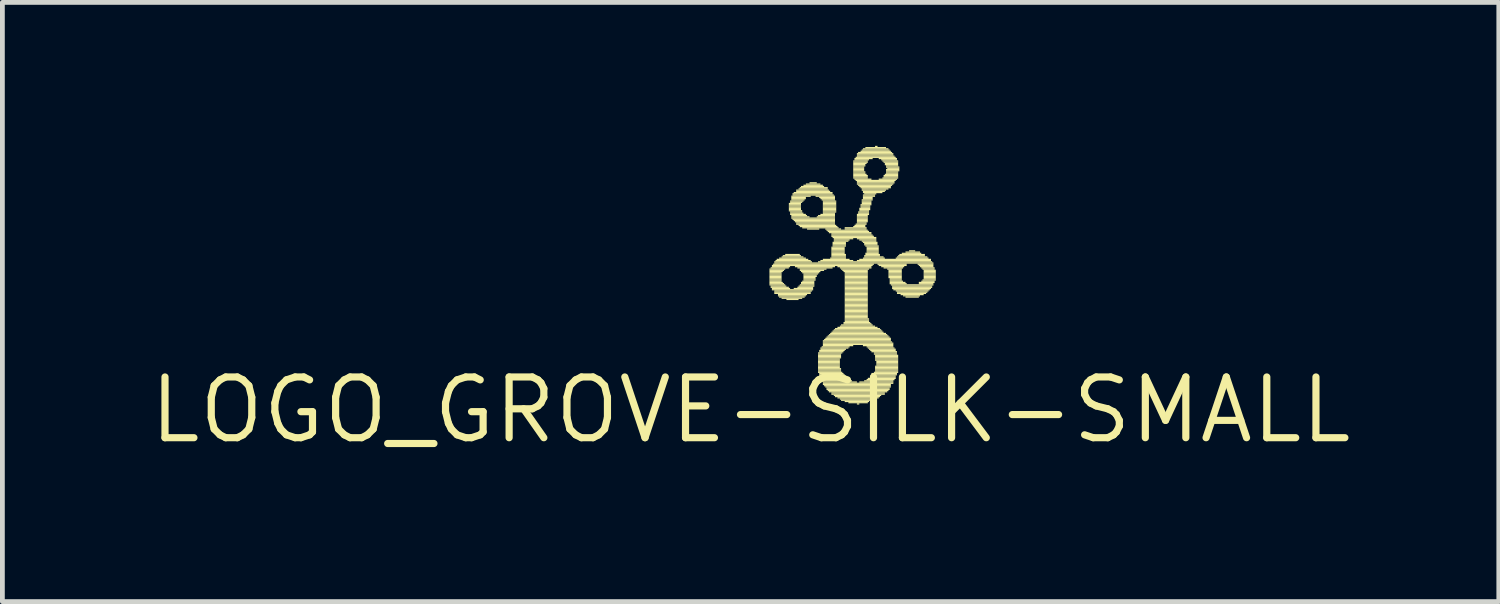
<source format=kicad_pcb>
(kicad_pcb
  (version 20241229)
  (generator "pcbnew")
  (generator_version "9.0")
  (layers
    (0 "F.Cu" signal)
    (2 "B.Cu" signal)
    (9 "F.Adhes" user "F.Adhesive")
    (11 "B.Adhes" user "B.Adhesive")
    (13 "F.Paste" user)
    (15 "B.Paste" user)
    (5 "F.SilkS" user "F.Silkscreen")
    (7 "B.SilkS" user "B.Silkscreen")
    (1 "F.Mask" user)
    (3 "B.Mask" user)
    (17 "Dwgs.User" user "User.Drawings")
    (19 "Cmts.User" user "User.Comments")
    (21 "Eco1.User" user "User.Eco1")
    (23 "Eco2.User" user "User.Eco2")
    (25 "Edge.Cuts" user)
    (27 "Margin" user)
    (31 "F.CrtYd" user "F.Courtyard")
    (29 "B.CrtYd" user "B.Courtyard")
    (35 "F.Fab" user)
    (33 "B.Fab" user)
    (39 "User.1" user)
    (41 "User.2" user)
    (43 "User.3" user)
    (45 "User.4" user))
  (footprint "LOGO_GROVE-SILK-SMALL"
    (layer "F.Cu")
    (at 12.647 5.524)
    (property "Reference" "LOGO_GROVE-SILK-SMALL" (at 0 0 0) (layer "F.SilkS") (effects (font (size 1.27 1.27) (thickness 0.15))))
    (attr through_hole)
    (fp_poly (pts (xy 0.394 -2.934) (xy 0.724 -2.934) (xy 0.724 -2.959) (xy 0.394 -2.959)) (stroke (width 0) (type solid)) (fill yes) (layer "F.SilkS"))
    (fp_poly (pts (xy 0.394 -2.908) (xy 0.699 -2.908) (xy 0.699 -2.934) (xy 0.394 -2.934)) (stroke (width 0) (type solid)) (fill yes) (layer "F.SilkS"))
    (fp_poly (pts (xy 0.394 -2.883) (xy 0.673 -2.883) (xy 0.673 -2.908) (xy 0.394 -2.908)) (stroke (width 0) (type solid)) (fill yes) (layer "F.SilkS"))
    (fp_poly (pts (xy 0.394 -2.857) (xy 0.648 -2.857) (xy 0.648 -2.883) (xy 0.394 -2.883)) (stroke (width 0) (type solid)) (fill yes) (layer "F.SilkS"))
    (fp_poly (pts (xy 0.394 -2.832) (xy 0.648 -2.832) (xy 0.648 -2.857) (xy 0.394 -2.857)) (stroke (width 0) (type solid)) (fill yes) (layer "F.SilkS"))
    (fp_poly (pts (xy 0.394 -2.807) (xy 0.648 -2.807) (xy 0.648 -2.832) (xy 0.394 -2.832)) (stroke (width 0) (type solid)) (fill yes) (layer "F.SilkS"))
    (fp_poly (pts (xy 0.394 -2.781) (xy 0.648 -2.781) (xy 0.648 -2.807) (xy 0.394 -2.807)) (stroke (width 0) (type solid)) (fill yes) (layer "F.SilkS"))
    (fp_poly (pts (xy 0.394 -2.756) (xy 0.648 -2.756) (xy 0.648 -2.781) (xy 0.394 -2.781)) (stroke (width 0) (type solid)) (fill yes) (layer "F.SilkS"))
    (fp_poly (pts (xy 0.394 -2.731) (xy 0.648 -2.731) (xy 0.648 -2.756) (xy 0.394 -2.756)) (stroke (width 0) (type solid)) (fill yes) (layer "F.SilkS"))
    (fp_poly (pts (xy 0.394 -2.705) (xy 0.648 -2.705) (xy 0.648 -2.731) (xy 0.394 -2.731)) (stroke (width 0) (type solid)) (fill yes) (layer "F.SilkS"))
    (fp_poly (pts (xy 0.394 -2.68) (xy 0.648 -2.68) (xy 0.648 -2.705) (xy 0.394 -2.705)) (stroke (width 0) (type solid)) (fill yes) (layer "F.SilkS"))
    (fp_poly (pts (xy 0.394 -2.654) (xy 0.673 -2.654) (xy 0.673 -2.68) (xy 0.394 -2.68)) (stroke (width 0) (type solid)) (fill yes) (layer "F.SilkS"))
    (fp_poly (pts (xy 0.394 -2.629) (xy 0.699 -2.629) (xy 0.699 -2.654) (xy 0.394 -2.654)) (stroke (width 0) (type solid)) (fill yes) (layer "F.SilkS"))
    (fp_poly (pts (xy 0.394 -2.603) (xy 0.724 -2.603) (xy 0.724 -2.629) (xy 0.394 -2.629)) (stroke (width 0) (type solid)) (fill yes) (layer "F.SilkS"))
    (fp_poly (pts (xy 0.419 -2.959) (xy 0.8 -2.959) (xy 0.8 -2.985) (xy 0.419 -2.985)) (stroke (width 0) (type solid)) (fill yes) (layer "F.SilkS"))
    (fp_poly (pts (xy 0.419 -2.578) (xy 0.749 -2.578) (xy 0.749 -2.603) (xy 0.419 -2.603)) (stroke (width 0) (type solid)) (fill yes) (layer "F.SilkS"))
    (fp_poly (pts (xy 0.419 -2.553) (xy 0.8 -2.553) (xy 0.8 -2.578) (xy 0.419 -2.578)) (stroke (width 0) (type solid)) (fill yes) (layer "F.SilkS"))
    (fp_poly (pts (xy 0.445 -3.01) (xy 2.553 -3.01) (xy 2.553 -3.035) (xy 0.445 -3.035)) (stroke (width 0) (type solid)) (fill yes) (layer "F.SilkS"))
    (fp_poly (pts (xy 0.445 -2.985) (xy 0.826 -2.985) (xy 0.826 -3.01) (xy 0.445 -3.01)) (stroke (width 0) (type solid)) (fill yes) (layer "F.SilkS"))
    (fp_poly (pts (xy 0.445 -2.527) (xy 0.826 -2.527) (xy 0.826 -2.553) (xy 0.445 -2.553)) (stroke (width 0) (type solid)) (fill yes) (layer "F.SilkS"))
    (fp_poly (pts (xy 0.445 -2.502) (xy 1.308 -2.502) (xy 1.308 -2.527) (xy 0.445 -2.527)) (stroke (width 0) (type solid)) (fill yes) (layer "F.SilkS"))
    (fp_poly (pts (xy 0.47 -3.035) (xy 2.578 -3.035) (xy 2.578 -3.061) (xy 0.47 -3.061)) (stroke (width 0) (type solid)) (fill yes) (layer "F.SilkS"))
    (fp_poly (pts (xy 0.495 -3.086) (xy 1.283 -3.086) (xy 1.283 -3.111) (xy 0.495 -3.111)) (stroke (width 0) (type solid)) (fill yes) (layer "F.SilkS"))
    (fp_poly (pts (xy 0.495 -3.061) (xy 3.823 -3.061) (xy 3.823 -3.086) (xy 0.495 -3.086)) (stroke (width 0) (type solid)) (fill yes) (layer "F.SilkS"))
    (fp_poly (pts (xy 0.495 -2.477) (xy 1.283 -2.477) (xy 1.283 -2.502) (xy 0.495 -2.502)) (stroke (width 0) (type solid)) (fill yes) (layer "F.SilkS"))
    (fp_poly (pts (xy 0.495 -2.451) (xy 1.257 -2.451) (xy 1.257 -2.477) (xy 0.495 -2.477)) (stroke (width 0) (type solid)) (fill yes) (layer "F.SilkS"))
    (fp_poly (pts (xy 0.495 -2.426) (xy 1.257 -2.426) (xy 1.257 -2.451) (xy 0.495 -2.451)) (stroke (width 0) (type solid)) (fill yes) (layer "F.SilkS"))
    (fp_poly (pts (xy 0.521 -3.111) (xy 1.257 -3.111) (xy 1.257 -3.137) (xy 0.521 -3.137)) (stroke (width 0) (type solid)) (fill yes) (layer "F.SilkS"))
    (fp_poly (pts (xy 0.546 -3.137) (xy 1.206 -3.137) (xy 1.206 -3.162) (xy 0.546 -3.162)) (stroke (width 0) (type solid)) (fill yes) (layer "F.SilkS"))
    (fp_poly (pts (xy 0.572 -2.4) (xy 1.181 -2.4) (xy 1.181 -2.426) (xy 0.572 -2.426)) (stroke (width 0) (type solid)) (fill yes) (layer "F.SilkS"))
    (fp_poly (pts (xy 0.572 -2.375) (xy 1.156 -2.375) (xy 1.156 -2.4) (xy 0.572 -2.4)) (stroke (width 0) (type solid)) (fill yes) (layer "F.SilkS"))
    (fp_poly (pts (xy 0.597 -3.162) (xy 1.156 -3.162) (xy 1.156 -3.188) (xy 0.597 -3.188)) (stroke (width 0) (type solid)) (fill yes) (layer "F.SilkS"))
    (fp_poly (pts (xy 0.597 -2.349) (xy 1.13 -2.349) (xy 1.13 -2.375) (xy 0.597 -2.375)) (stroke (width 0) (type solid)) (fill yes) (layer "F.SilkS"))
    (fp_poly (pts (xy 0.648 -3.188) (xy 1.105 -3.188) (xy 1.105 -3.213) (xy 0.648 -3.213)) (stroke (width 0) (type solid)) (fill yes) (layer "F.SilkS"))
    (fp_poly (pts (xy 0.648 -2.324) (xy 1.079 -2.324) (xy 1.079 -2.349) (xy 0.648 -2.349)) (stroke (width 0) (type solid)) (fill yes) (layer "F.SilkS"))
    (fp_poly (pts (xy 0.673 -3.213) (xy 1.054 -3.213) (xy 1.054 -3.239) (xy 0.673 -3.239)) (stroke (width 0) (type solid)) (fill yes) (layer "F.SilkS"))
    (fp_poly (pts (xy 0.724 -3.239) (xy 1.029 -3.239) (xy 1.029 -3.264) (xy 0.724 -3.264)) (stroke (width 0) (type solid)) (fill yes) (layer "F.SilkS"))
    (fp_poly (pts (xy 0.749 -2.299) (xy 1.003 -2.299) (xy 1.003 -2.324) (xy 0.749 -2.324)) (stroke (width 0) (type solid)) (fill yes) (layer "F.SilkS"))
    (fp_poly (pts (xy 0.8 -4.305) (xy 1.054 -4.305) (xy 1.054 -4.331) (xy 0.8 -4.331)) (stroke (width 0) (type solid)) (fill yes) (layer "F.SilkS"))
    (fp_poly (pts (xy 0.8 -4.28) (xy 1.054 -4.28) (xy 1.054 -4.305) (xy 0.8 -4.305)) (stroke (width 0) (type solid)) (fill yes) (layer "F.SilkS"))
    (fp_poly (pts (xy 0.8 -4.255) (xy 1.054 -4.255) (xy 1.054 -4.28) (xy 0.8 -4.28)) (stroke (width 0) (type solid)) (fill yes) (layer "F.SilkS"))
    (fp_poly (pts (xy 0.8 -4.229) (xy 1.054 -4.229) (xy 1.054 -4.255) (xy 0.8 -4.255)) (stroke (width 0) (type solid)) (fill yes) (layer "F.SilkS"))
    (fp_poly (pts (xy 0.8 -4.204) (xy 1.054 -4.204) (xy 1.054 -4.229) (xy 0.8 -4.229)) (stroke (width 0) (type solid)) (fill yes) (layer "F.SilkS"))
    (fp_poly (pts (xy 0.8 -4.178) (xy 1.054 -4.178) (xy 1.054 -4.204) (xy 0.8 -4.204)) (stroke (width 0) (type solid)) (fill yes) (layer "F.SilkS"))
    (fp_poly (pts (xy 0.8 -4.153) (xy 1.079 -4.153) (xy 1.079 -4.178) (xy 0.8 -4.178)) (stroke (width 0) (type solid)) (fill yes) (layer "F.SilkS"))
    (fp_poly (pts (xy 0.826 -4.356) (xy 1.105 -4.356) (xy 1.105 -4.381) (xy 0.826 -4.381)) (stroke (width 0) (type solid)) (fill yes) (layer "F.SilkS"))
    (fp_poly (pts (xy 0.826 -4.331) (xy 1.079 -4.331) (xy 1.079 -4.356) (xy 0.826 -4.356)) (stroke (width 0) (type solid)) (fill yes) (layer "F.SilkS"))
    (fp_poly (pts (xy 0.826 -4.128) (xy 1.079 -4.128) (xy 1.079 -4.153) (xy 0.826 -4.153)) (stroke (width 0) (type solid)) (fill yes) (layer "F.SilkS"))
    (fp_poly (pts (xy 0.826 -4.102) (xy 1.105 -4.102) (xy 1.105 -4.128) (xy 0.826 -4.128)) (stroke (width 0) (type solid)) (fill yes) (layer "F.SilkS"))
    (fp_poly (pts (xy 0.826 -4.077) (xy 1.156 -4.077) (xy 1.156 -4.102) (xy 0.826 -4.102)) (stroke (width 0) (type solid)) (fill yes) (layer "F.SilkS"))
    (fp_poly (pts (xy 0.851 -4.458) (xy 1.257 -4.458) (xy 1.257 -4.483) (xy 0.851 -4.483)) (stroke (width 0) (type solid)) (fill yes) (layer "F.SilkS"))
    (fp_poly (pts (xy 0.851 -4.432) (xy 1.156 -4.432) (xy 1.156 -4.458) (xy 0.851 -4.458)) (stroke (width 0) (type solid)) (fill yes) (layer "F.SilkS"))
    (fp_poly (pts (xy 0.851 -4.407) (xy 1.156 -4.407) (xy 1.156 -4.432) (xy 0.851 -4.432)) (stroke (width 0) (type solid)) (fill yes) (layer "F.SilkS"))
    (fp_poly (pts (xy 0.851 -4.381) (xy 1.13 -4.381) (xy 1.13 -4.407) (xy 0.851 -4.407)) (stroke (width 0) (type solid)) (fill yes) (layer "F.SilkS"))
    (fp_poly (pts (xy 0.851 -4.051) (xy 1.181 -4.051) (xy 1.181 -4.077) (xy 0.851 -4.077)) (stroke (width 0) (type solid)) (fill yes) (layer "F.SilkS"))
    (fp_poly (pts (xy 0.851 -4.026) (xy 1.232 -4.026) (xy 1.232 -4.051) (xy 0.851 -4.051)) (stroke (width 0) (type solid)) (fill yes) (layer "F.SilkS"))
    (fp_poly (pts (xy 0.851 -4) (xy 1.765 -4) (xy 1.765 -4.026) (xy 0.851 -4.026)) (stroke (width 0) (type solid)) (fill yes) (layer "F.SilkS"))
    (fp_poly (pts (xy 0.876 -4.508) (xy 1.714 -4.508) (xy 1.714 -4.534) (xy 0.876 -4.534)) (stroke (width 0) (type solid)) (fill yes) (layer "F.SilkS"))
    (fp_poly (pts (xy 0.876 -4.483) (xy 1.74 -4.483) (xy 1.74 -4.508) (xy 0.876 -4.508)) (stroke (width 0) (type solid)) (fill yes) (layer "F.SilkS"))
    (fp_poly (pts (xy 0.876 -3.975) (xy 1.765 -3.975) (xy 1.765 -4) (xy 0.876 -4)) (stroke (width 0) (type solid)) (fill yes) (layer "F.SilkS"))
    (fp_poly (pts (xy 0.902 -4.534) (xy 1.714 -4.534) (xy 1.714 -4.559) (xy 0.902 -4.559)) (stroke (width 0) (type solid)) (fill yes) (layer "F.SilkS"))
    (fp_poly (pts (xy 0.902 -3.95) (xy 1.765 -3.95) (xy 1.765 -3.975) (xy 0.902 -3.975)) (stroke (width 0) (type solid)) (fill yes) (layer "F.SilkS"))
    (fp_poly (pts (xy 0.902 -2.527) (xy 1.308 -2.527) (xy 1.308 -2.553) (xy 0.902 -2.553)) (stroke (width 0) (type solid)) (fill yes) (layer "F.SilkS"))
    (fp_poly (pts (xy 0.927 -3.924) (xy 1.765 -3.924) (xy 1.765 -3.95) (xy 0.927 -3.95)) (stroke (width 0) (type solid)) (fill yes) (layer "F.SilkS"))
    (fp_poly (pts (xy 0.927 -2.985) (xy 1.765 -2.985) (xy 1.765 -3.01) (xy 0.927 -3.01)) (stroke (width 0) (type solid)) (fill yes) (layer "F.SilkS"))
    (fp_poly (pts (xy 0.953 -4.585) (xy 1.638 -4.585) (xy 1.638 -4.61) (xy 0.953 -4.61)) (stroke (width 0) (type solid)) (fill yes) (layer "F.SilkS"))
    (fp_poly (pts (xy 0.953 -4.559) (xy 1.664 -4.559) (xy 1.664 -4.585) (xy 0.953 -4.585)) (stroke (width 0) (type solid)) (fill yes) (layer "F.SilkS"))
    (fp_poly (pts (xy 0.953 -3.899) (xy 1.765 -3.899) (xy 1.765 -3.924) (xy 0.953 -3.924)) (stroke (width 0) (type solid)) (fill yes) (layer "F.SilkS"))
    (fp_poly (pts (xy 0.953 -3.873) (xy 1.765 -3.873) (xy 1.765 -3.899) (xy 0.953 -3.899)) (stroke (width 0) (type solid)) (fill yes) (layer "F.SilkS"))
    (fp_poly (pts (xy 0.978 -2.959) (xy 1.714 -2.959) (xy 1.714 -2.985) (xy 0.978 -2.985)) (stroke (width 0) (type solid)) (fill yes) (layer "F.SilkS"))
    (fp_poly (pts (xy 0.978 -2.553) (xy 1.308 -2.553) (xy 1.308 -2.578) (xy 0.978 -2.578)) (stroke (width 0) (type solid)) (fill yes) (layer "F.SilkS"))
    (fp_poly (pts (xy 1.003 -4.61) (xy 1.613 -4.61) (xy 1.613 -4.636) (xy 1.003 -4.636)) (stroke (width 0) (type solid)) (fill yes) (layer "F.SilkS"))
    (fp_poly (pts (xy 1.003 -3.848) (xy 1.791 -3.848) (xy 1.791 -3.873) (xy 1.003 -3.873)) (stroke (width 0) (type solid)) (fill yes) (layer "F.SilkS"))
    (fp_poly (pts (xy 1.003 -2.578) (xy 1.333 -2.578) (xy 1.333 -2.603) (xy 1.003 -2.603)) (stroke (width 0) (type solid)) (fill yes) (layer "F.SilkS"))
    (fp_poly (pts (xy 1.029 -4.636) (xy 1.613 -4.636) (xy 1.613 -4.661) (xy 1.029 -4.661)) (stroke (width 0) (type solid)) (fill yes) (layer "F.SilkS"))
    (fp_poly (pts (xy 1.029 -3.823) (xy 1.816 -3.823) (xy 1.816 -3.848) (xy 1.029 -3.848)) (stroke (width 0) (type solid)) (fill yes) (layer "F.SilkS"))
    (fp_poly (pts (xy 1.029 -2.934) (xy 1.587 -2.934) (xy 1.587 -2.959) (xy 1.029 -2.959)) (stroke (width 0) (type solid)) (fill yes) (layer "F.SilkS"))
    (fp_poly (pts (xy 1.029 -2.908) (xy 1.537 -2.908) (xy 1.537 -2.934) (xy 1.029 -2.934)) (stroke (width 0) (type solid)) (fill yes) (layer "F.SilkS"))
    (fp_poly (pts (xy 1.029 -2.603) (xy 1.333 -2.603) (xy 1.333 -2.629) (xy 1.029 -2.629)) (stroke (width 0) (type solid)) (fill yes) (layer "F.SilkS"))
    (fp_poly (pts (xy 1.054 -4.661) (xy 1.537 -4.661) (xy 1.537 -4.686) (xy 1.054 -4.686)) (stroke (width 0) (type solid)) (fill yes) (layer "F.SilkS"))
    (fp_poly (pts (xy 1.054 -2.883) (xy 1.46 -2.883) (xy 1.46 -2.908) (xy 1.054 -2.908)) (stroke (width 0) (type solid)) (fill yes) (layer "F.SilkS"))
    (fp_poly (pts (xy 1.054 -2.654) (xy 1.333 -2.654) (xy 1.333 -2.68) (xy 1.054 -2.68)) (stroke (width 0) (type solid)) (fill yes) (layer "F.SilkS"))
    (fp_poly (pts (xy 1.054 -2.629) (xy 1.333 -2.629) (xy 1.333 -2.654) (xy 1.054 -2.654)) (stroke (width 0) (type solid)) (fill yes) (layer "F.SilkS"))
    (fp_poly (pts (xy 1.079 -3.797) (xy 1.841 -3.797) (xy 1.841 -3.823) (xy 1.079 -3.823)) (stroke (width 0) (type solid)) (fill yes) (layer "F.SilkS"))
    (fp_poly (pts (xy 1.079 -2.857) (xy 1.435 -2.857) (xy 1.435 -2.883) (xy 1.079 -2.883)) (stroke (width 0) (type solid)) (fill yes) (layer "F.SilkS"))
    (fp_poly (pts (xy 1.079 -2.68) (xy 1.333 -2.68) (xy 1.333 -2.705) (xy 1.079 -2.705)) (stroke (width 0) (type solid)) (fill yes) (layer "F.SilkS"))
    (fp_poly (pts (xy 1.105 -4.686) (xy 1.511 -4.686) (xy 1.511 -4.712) (xy 1.105 -4.712)) (stroke (width 0) (type solid)) (fill yes) (layer "F.SilkS"))
    (fp_poly (pts (xy 1.105 -2.832) (xy 1.41 -2.832) (xy 1.41 -2.857) (xy 1.105 -2.857)) (stroke (width 0) (type solid)) (fill yes) (layer "F.SilkS"))
    (fp_poly (pts (xy 1.105 -2.807) (xy 1.384 -2.807) (xy 1.384 -2.832) (xy 1.105 -2.832)) (stroke (width 0) (type solid)) (fill yes) (layer "F.SilkS"))
    (fp_poly (pts (xy 1.105 -2.781) (xy 1.384 -2.781) (xy 1.384 -2.807) (xy 1.105 -2.807)) (stroke (width 0) (type solid)) (fill yes) (layer "F.SilkS"))
    (fp_poly (pts (xy 1.105 -2.756) (xy 1.359 -2.756) (xy 1.359 -2.781) (xy 1.105 -2.781)) (stroke (width 0) (type solid)) (fill yes) (layer "F.SilkS"))
    (fp_poly (pts (xy 1.105 -2.731) (xy 1.359 -2.731) (xy 1.359 -2.756) (xy 1.105 -2.756)) (stroke (width 0) (type solid)) (fill yes) (layer "F.SilkS"))
    (fp_poly (pts (xy 1.105 -2.705) (xy 1.359 -2.705) (xy 1.359 -2.731) (xy 1.105 -2.731)) (stroke (width 0) (type solid)) (fill yes) (layer "F.SilkS"))
    (fp_poly (pts (xy 1.156 -4.712) (xy 1.46 -4.712) (xy 1.46 -4.737) (xy 1.156 -4.737)) (stroke (width 0) (type solid)) (fill yes) (layer "F.SilkS"))
    (fp_poly (pts (xy 1.181 -3.772) (xy 1.435 -3.772) (xy 1.435 -3.797) (xy 1.181 -3.797)) (stroke (width 0) (type solid)) (fill yes) (layer "F.SilkS"))
    (fp_poly (pts (xy 1.232 -4.737) (xy 1.384 -4.737) (xy 1.384 -4.763) (xy 1.232 -4.763)) (stroke (width 0) (type solid)) (fill yes) (layer "F.SilkS"))
    (fp_poly (pts (xy 1.359 -4.458) (xy 1.765 -4.458) (xy 1.765 -4.483) (xy 1.359 -4.483)) (stroke (width 0) (type solid)) (fill yes) (layer "F.SilkS"))
    (fp_poly (pts (xy 1.384 -4.026) (xy 1.765 -4.026) (xy 1.765 -4.051) (xy 1.384 -4.051)) (stroke (width 0) (type solid)) (fill yes) (layer "F.SilkS"))
    (fp_poly (pts (xy 1.41 -4.051) (xy 1.765 -4.051) (xy 1.765 -4.077) (xy 1.41 -4.077)) (stroke (width 0) (type solid)) (fill yes) (layer "F.SilkS"))
    (fp_poly (pts (xy 1.41 -3.086) (xy 3.797 -3.086) (xy 3.797 -3.111) (xy 1.41 -3.111)) (stroke (width 0) (type solid)) (fill yes) (layer "F.SilkS"))
    (fp_poly (pts (xy 1.41 -1.181) (xy 1.918 -1.181) (xy 1.918 -1.206) (xy 1.41 -1.206)) (stroke (width 0) (type solid)) (fill yes) (layer "F.SilkS"))
    (fp_poly (pts (xy 1.41 -1.156) (xy 1.892 -1.156) (xy 1.892 -1.181) (xy 1.41 -1.181)) (stroke (width 0) (type solid)) (fill yes) (layer "F.SilkS"))
    (fp_poly (pts (xy 1.41 -1.13) (xy 1.892 -1.13) (xy 1.892 -1.156) (xy 1.41 -1.156)) (stroke (width 0) (type solid)) (fill yes) (layer "F.SilkS"))
    (fp_poly (pts (xy 1.41 -1.105) (xy 1.892 -1.105) (xy 1.892 -1.13) (xy 1.41 -1.13)) (stroke (width 0) (type solid)) (fill yes) (layer "F.SilkS"))
    (fp_poly (pts (xy 1.41 -1.079) (xy 1.892 -1.079) (xy 1.892 -1.105) (xy 1.41 -1.105)) (stroke (width 0) (type solid)) (fill yes) (layer "F.SilkS"))
    (fp_poly (pts (xy 1.41 -1.054) (xy 1.867 -1.054) (xy 1.867 -1.079) (xy 1.41 -1.079)) (stroke (width 0) (type solid)) (fill yes) (layer "F.SilkS"))
    (fp_poly (pts (xy 1.41 -1.029) (xy 1.867 -1.029) (xy 1.867 -1.054) (xy 1.41 -1.054)) (stroke (width 0) (type solid)) (fill yes) (layer "F.SilkS"))
    (fp_poly (pts (xy 1.41 -1.003) (xy 1.867 -1.003) (xy 1.867 -1.029) (xy 1.41 -1.029)) (stroke (width 0) (type solid)) (fill yes) (layer "F.SilkS"))
    (fp_poly (pts (xy 1.41 -0.978) (xy 1.867 -0.978) (xy 1.867 -1.003) (xy 1.41 -1.003)) (stroke (width 0) (type solid)) (fill yes) (layer "F.SilkS"))
    (fp_poly (pts (xy 1.41 -0.953) (xy 1.867 -0.953) (xy 1.867 -0.978) (xy 1.41 -0.978)) (stroke (width 0) (type solid)) (fill yes) (layer "F.SilkS"))
    (fp_poly (pts (xy 1.41 -0.927) (xy 1.867 -0.927) (xy 1.867 -0.953) (xy 1.41 -0.953)) (stroke (width 0) (type solid)) (fill yes) (layer "F.SilkS"))
    (fp_poly (pts (xy 1.41 -0.902) (xy 1.867 -0.902) (xy 1.867 -0.927) (xy 1.41 -0.927)) (stroke (width 0) (type solid)) (fill yes) (layer "F.SilkS"))
    (fp_poly (pts (xy 1.41 -0.876) (xy 1.867 -0.876) (xy 1.867 -0.902) (xy 1.41 -0.902)) (stroke (width 0) (type solid)) (fill yes) (layer "F.SilkS"))
    (fp_poly (pts (xy 1.41 -0.851) (xy 1.892 -0.851) (xy 1.892 -0.876) (xy 1.41 -0.876)) (stroke (width 0) (type solid)) (fill yes) (layer "F.SilkS"))
    (fp_poly (pts (xy 1.41 -0.826) (xy 1.892 -0.826) (xy 1.892 -0.851) (xy 1.41 -0.851)) (stroke (width 0) (type solid)) (fill yes) (layer "F.SilkS"))
    (fp_poly (pts (xy 1.41 -0.8) (xy 1.892 -0.8) (xy 1.892 -0.826) (xy 1.41 -0.826)) (stroke (width 0) (type solid)) (fill yes) (layer "F.SilkS"))
    (fp_poly (pts (xy 1.41 -0.775) (xy 1.918 -0.775) (xy 1.918 -0.8) (xy 1.41 -0.8)) (stroke (width 0) (type solid)) (fill yes) (layer "F.SilkS"))
    (fp_poly (pts (xy 1.435 -4.432) (xy 1.765 -4.432) (xy 1.765 -4.458) (xy 1.435 -4.458)) (stroke (width 0) (type solid)) (fill yes) (layer "F.SilkS"))
    (fp_poly (pts (xy 1.435 -1.232) (xy 1.968 -1.232) (xy 1.968 -1.257) (xy 1.435 -1.257)) (stroke (width 0) (type solid)) (fill yes) (layer "F.SilkS"))
    (fp_poly (pts (xy 1.435 -1.206) (xy 1.943 -1.206) (xy 1.943 -1.232) (xy 1.435 -1.232)) (stroke (width 0) (type solid)) (fill yes) (layer "F.SilkS"))
    (fp_poly (pts (xy 1.435 -0.749) (xy 1.943 -0.749) (xy 1.943 -0.775) (xy 1.435 -0.775)) (stroke (width 0) (type solid)) (fill yes) (layer "F.SilkS"))
    (fp_poly (pts (xy 1.435 -0.724) (xy 1.968 -0.724) (xy 1.968 -0.749) (xy 1.435 -0.749)) (stroke (width 0) (type solid)) (fill yes) (layer "F.SilkS"))
    (fp_poly (pts (xy 1.435 -0.699) (xy 1.994 -0.699) (xy 1.994 -0.724) (xy 1.435 -0.724)) (stroke (width 0) (type solid)) (fill yes) (layer "F.SilkS"))
    (fp_poly (pts (xy 1.46 -4.407) (xy 1.765 -4.407) (xy 1.765 -4.432) (xy 1.46 -4.432)) (stroke (width 0) (type solid)) (fill yes) (layer "F.SilkS"))
    (fp_poly (pts (xy 1.46 -4.077) (xy 1.765 -4.077) (xy 1.765 -4.102) (xy 1.46 -4.102)) (stroke (width 0) (type solid)) (fill yes) (layer "F.SilkS"))
    (fp_poly (pts (xy 1.46 -3.111) (xy 2.146 -3.111) (xy 2.146 -3.137) (xy 1.46 -3.137)) (stroke (width 0) (type solid)) (fill yes) (layer "F.SilkS"))
    (fp_poly (pts (xy 1.46 -1.283) (xy 2.045 -1.283) (xy 2.045 -1.308) (xy 1.46 -1.308)) (stroke (width 0) (type solid)) (fill yes) (layer "F.SilkS"))
    (fp_poly (pts (xy 1.46 -1.257) (xy 1.994 -1.257) (xy 1.994 -1.283) (xy 1.46 -1.283)) (stroke (width 0) (type solid)) (fill yes) (layer "F.SilkS"))
    (fp_poly (pts (xy 1.46 -0.673) (xy 1.994 -0.673) (xy 1.994 -0.699) (xy 1.46 -0.699)) (stroke (width 0) (type solid)) (fill yes) (layer "F.SilkS"))
    (fp_poly (pts (xy 1.46 -0.648) (xy 2.045 -0.648) (xy 2.045 -0.673) (xy 1.46 -0.673)) (stroke (width 0) (type solid)) (fill yes) (layer "F.SilkS"))
    (fp_poly (pts (xy 1.486 -4.381) (xy 1.765 -4.381) (xy 1.765 -4.407) (xy 1.486 -4.407)) (stroke (width 0) (type solid)) (fill yes) (layer "F.SilkS"))
    (fp_poly (pts (xy 1.486 -1.308) (xy 2.07 -1.308) (xy 2.07 -1.333) (xy 1.486 -1.333)) (stroke (width 0) (type solid)) (fill yes) (layer "F.SilkS"))
    (fp_poly (pts (xy 1.486 -0.622) (xy 2.07 -0.622) (xy 2.07 -0.648) (xy 1.486 -0.648)) (stroke (width 0) (type solid)) (fill yes) (layer "F.SilkS"))
    (fp_poly (pts (xy 1.486 -0.597) (xy 2.121 -0.597) (xy 2.121 -0.622) (xy 1.486 -0.622)) (stroke (width 0) (type solid)) (fill yes) (layer "F.SilkS"))
    (fp_poly (pts (xy 1.511 -4.356) (xy 1.791 -4.356) (xy 1.791 -4.381) (xy 1.511 -4.381)) (stroke (width 0) (type solid)) (fill yes) (layer "F.SilkS"))
    (fp_poly (pts (xy 1.511 -4.331) (xy 1.791 -4.331) (xy 1.791 -4.356) (xy 1.511 -4.356)) (stroke (width 0) (type solid)) (fill yes) (layer "F.SilkS"))
    (fp_poly (pts (xy 1.511 -4.305) (xy 1.791 -4.305) (xy 1.791 -4.331) (xy 1.511 -4.331)) (stroke (width 0) (type solid)) (fill yes) (layer "F.SilkS"))
    (fp_poly (pts (xy 1.511 -4.28) (xy 1.791 -4.28) (xy 1.791 -4.305) (xy 1.511 -4.305)) (stroke (width 0) (type solid)) (fill yes) (layer "F.SilkS"))
    (fp_poly (pts (xy 1.511 -4.255) (xy 1.791 -4.255) (xy 1.791 -4.28) (xy 1.511 -4.28)) (stroke (width 0) (type solid)) (fill yes) (layer "F.SilkS"))
    (fp_poly (pts (xy 1.511 -4.229) (xy 1.791 -4.229) (xy 1.791 -4.255) (xy 1.511 -4.255)) (stroke (width 0) (type solid)) (fill yes) (layer "F.SilkS"))
    (fp_poly (pts (xy 1.511 -4.204) (xy 1.791 -4.204) (xy 1.791 -4.229) (xy 1.511 -4.229)) (stroke (width 0) (type solid)) (fill yes) (layer "F.SilkS"))
    (fp_poly (pts (xy 1.511 -4.178) (xy 1.791 -4.178) (xy 1.791 -4.204) (xy 1.511 -4.204)) (stroke (width 0) (type solid)) (fill yes) (layer "F.SilkS"))
    (fp_poly (pts (xy 1.511 -4.153) (xy 1.791 -4.153) (xy 1.791 -4.178) (xy 1.511 -4.178)) (stroke (width 0) (type solid)) (fill yes) (layer "F.SilkS"))
    (fp_poly (pts (xy 1.511 -4.128) (xy 1.791 -4.128) (xy 1.791 -4.153) (xy 1.511 -4.153)) (stroke (width 0) (type solid)) (fill yes) (layer "F.SilkS"))
    (fp_poly (pts (xy 1.511 -4.102) (xy 1.765 -4.102) (xy 1.765 -4.128) (xy 1.511 -4.128)) (stroke (width 0) (type solid)) (fill yes) (layer "F.SilkS"))
    (fp_poly (pts (xy 1.511 -3.137) (xy 2.07 -3.137) (xy 2.07 -3.162) (xy 1.511 -3.162)) (stroke (width 0) (type solid)) (fill yes) (layer "F.SilkS"))
    (fp_poly (pts (xy 1.511 -1.435) (xy 2.934 -1.435) (xy 2.934 -1.46) (xy 1.511 -1.46)) (stroke (width 0) (type solid)) (fill yes) (layer "F.SilkS"))
    (fp_poly (pts (xy 1.511 -1.41) (xy 2.959 -1.41) (xy 2.959 -1.435) (xy 1.511 -1.435)) (stroke (width 0) (type solid)) (fill yes) (layer "F.SilkS"))
    (fp_poly (pts (xy 1.511 -1.384) (xy 2.985 -1.384) (xy 2.985 -1.41) (xy 1.511 -1.41)) (stroke (width 0) (type solid)) (fill yes) (layer "F.SilkS"))
    (fp_poly (pts (xy 1.511 -1.359) (xy 2.985 -1.359) (xy 2.985 -1.384) (xy 1.511 -1.384)) (stroke (width 0) (type solid)) (fill yes) (layer "F.SilkS"))
    (fp_poly (pts (xy 1.511 -1.333) (xy 2.146 -1.333) (xy 2.146 -1.359) (xy 1.511 -1.359)) (stroke (width 0) (type solid)) (fill yes) (layer "F.SilkS"))
    (fp_poly (pts (xy 1.511 -0.572) (xy 2.223 -0.572) (xy 2.223 -0.597) (xy 1.511 -0.597)) (stroke (width 0) (type solid)) (fill yes) (layer "F.SilkS"))
    (fp_poly (pts (xy 1.511 -0.546) (xy 2.985 -0.546) (xy 2.985 -0.572) (xy 1.511 -0.572)) (stroke (width 0) (type solid)) (fill yes) (layer "F.SilkS"))
    (fp_poly (pts (xy 1.511 -0.521) (xy 2.934 -0.521) (xy 2.934 -0.546) (xy 1.511 -0.546)) (stroke (width 0) (type solid)) (fill yes) (layer "F.SilkS"))
    (fp_poly (pts (xy 1.537 -1.46) (xy 2.934 -1.46) (xy 2.934 -1.486) (xy 1.537 -1.486)) (stroke (width 0) (type solid)) (fill yes) (layer "F.SilkS"))
    (fp_poly (pts (xy 1.537 -0.495) (xy 2.934 -0.495) (xy 2.934 -0.521) (xy 1.537 -0.521)) (stroke (width 0) (type solid)) (fill yes) (layer "F.SilkS"))
    (fp_poly (pts (xy 1.562 -3.772) (xy 1.892 -3.772) (xy 1.892 -3.797) (xy 1.562 -3.797)) (stroke (width 0) (type solid)) (fill yes) (layer "F.SilkS"))
    (fp_poly (pts (xy 1.562 -1.486) (xy 2.934 -1.486) (xy 2.934 -1.511) (xy 1.562 -1.511)) (stroke (width 0) (type solid)) (fill yes) (layer "F.SilkS"))
    (fp_poly (pts (xy 1.562 -0.47) (xy 2.934 -0.47) (xy 2.934 -0.495) (xy 1.562 -0.495)) (stroke (width 0) (type solid)) (fill yes) (layer "F.SilkS"))
    (fp_poly (pts (xy 1.587 -3.747) (xy 2.451 -3.747) (xy 2.451 -3.772) (xy 1.587 -3.772)) (stroke (width 0) (type solid)) (fill yes) (layer "F.SilkS"))
    (fp_poly (pts (xy 1.587 -1.511) (xy 2.908 -1.511) (xy 2.908 -1.537) (xy 1.587 -1.537)) (stroke (width 0) (type solid)) (fill yes) (layer "F.SilkS"))
    (fp_poly (pts (xy 1.587 -0.445) (xy 2.908 -0.445) (xy 2.908 -0.47) (xy 1.587 -0.47)) (stroke (width 0) (type solid)) (fill yes) (layer "F.SilkS"))
    (fp_poly (pts (xy 1.587 -0.419) (xy 2.908 -0.419) (xy 2.908 -0.445) (xy 1.587 -0.445)) (stroke (width 0) (type solid)) (fill yes) (layer "F.SilkS"))
    (fp_poly (pts (xy 1.613 -3.721) (xy 2.477 -3.721) (xy 2.477 -3.747) (xy 1.613 -3.747)) (stroke (width 0) (type solid)) (fill yes) (layer "F.SilkS"))
    (fp_poly (pts (xy 1.613 -1.537) (xy 2.883 -1.537) (xy 2.883 -1.562) (xy 1.613 -1.562)) (stroke (width 0) (type solid)) (fill yes) (layer "F.SilkS"))
    (fp_poly (pts (xy 1.613 -0.394) (xy 2.883 -0.394) (xy 2.883 -0.419) (xy 1.613 -0.419)) (stroke (width 0) (type solid)) (fill yes) (layer "F.SilkS"))
    (fp_poly (pts (xy 1.638 -3.696) (xy 2.527 -3.696) (xy 2.527 -3.721) (xy 1.638 -3.721)) (stroke (width 0) (type solid)) (fill yes) (layer "F.SilkS"))
    (fp_poly (pts (xy 1.638 -1.562) (xy 2.857 -1.562) (xy 2.857 -1.587) (xy 1.638 -1.587)) (stroke (width 0) (type solid)) (fill yes) (layer "F.SilkS"))
    (fp_poly (pts (xy 1.638 -0.368) (xy 2.857 -0.368) (xy 2.857 -0.394) (xy 1.638 -0.394)) (stroke (width 0) (type solid)) (fill yes) (layer "F.SilkS"))
    (fp_poly (pts (xy 1.664 -3.162) (xy 1.994 -3.162) (xy 1.994 -3.188) (xy 1.664 -3.188)) (stroke (width 0) (type solid)) (fill yes) (layer "F.SilkS"))
    (fp_poly (pts (xy 1.664 -1.587) (xy 2.832 -1.587) (xy 2.832 -1.613) (xy 1.664 -1.613)) (stroke (width 0) (type solid)) (fill yes) (layer "F.SilkS"))
    (fp_poly (pts (xy 1.689 -3.67) (xy 2.527 -3.67) (xy 2.527 -3.696) (xy 1.689 -3.696)) (stroke (width 0) (type solid)) (fill yes) (layer "F.SilkS"))
    (fp_poly (pts (xy 1.689 -3.645) (xy 2.553 -3.645) (xy 2.553 -3.67) (xy 1.689 -3.67)) (stroke (width 0) (type solid)) (fill yes) (layer "F.SilkS"))
    (fp_poly (pts (xy 1.689 -3.619) (xy 2.578 -3.619) (xy 2.578 -3.645) (xy 1.689 -3.645)) (stroke (width 0) (type solid)) (fill yes) (layer "F.SilkS"))
    (fp_poly (pts (xy 1.689 -3.391) (xy 1.968 -3.391) (xy 1.968 -3.416) (xy 1.689 -3.416)) (stroke (width 0) (type solid)) (fill yes) (layer "F.SilkS"))
    (fp_poly (pts (xy 1.689 -3.365) (xy 1.968 -3.365) (xy 1.968 -3.391) (xy 1.689 -3.391)) (stroke (width 0) (type solid)) (fill yes) (layer "F.SilkS"))
    (fp_poly (pts (xy 1.689 -3.34) (xy 1.968 -3.34) (xy 1.968 -3.365) (xy 1.689 -3.365)) (stroke (width 0) (type solid)) (fill yes) (layer "F.SilkS"))
    (fp_poly (pts (xy 1.689 -3.315) (xy 1.968 -3.315) (xy 1.968 -3.34) (xy 1.689 -3.34)) (stroke (width 0) (type solid)) (fill yes) (layer "F.SilkS"))
    (fp_poly (pts (xy 1.689 -3.289) (xy 1.968 -3.289) (xy 1.968 -3.315) (xy 1.689 -3.315)) (stroke (width 0) (type solid)) (fill yes) (layer "F.SilkS"))
    (fp_poly (pts (xy 1.689 -3.264) (xy 1.968 -3.264) (xy 1.968 -3.289) (xy 1.689 -3.289)) (stroke (width 0) (type solid)) (fill yes) (layer "F.SilkS"))
    (fp_poly (pts (xy 1.689 -3.239) (xy 1.994 -3.239) (xy 1.994 -3.264) (xy 1.689 -3.264)) (stroke (width 0) (type solid)) (fill yes) (layer "F.SilkS"))
    (fp_poly (pts (xy 1.689 -3.213) (xy 1.994 -3.213) (xy 1.994 -3.239) (xy 1.689 -3.239)) (stroke (width 0) (type solid)) (fill yes) (layer "F.SilkS"))
    (fp_poly (pts (xy 1.689 -3.188) (xy 1.994 -3.188) (xy 1.994 -3.213) (xy 1.689 -3.213)) (stroke (width 0) (type solid)) (fill yes) (layer "F.SilkS"))
    (fp_poly (pts (xy 1.689 -1.613) (xy 2.781 -1.613) (xy 2.781 -1.638) (xy 1.689 -1.638)) (stroke (width 0) (type solid)) (fill yes) (layer "F.SilkS"))
    (fp_poly (pts (xy 1.689 -0.343) (xy 2.807 -0.343) (xy 2.807 -0.368) (xy 1.689 -0.368)) (stroke (width 0) (type solid)) (fill yes) (layer "F.SilkS"))
    (fp_poly (pts (xy 1.689 -0.318) (xy 2.807 -0.318) (xy 2.807 -0.343) (xy 1.689 -0.343)) (stroke (width 0) (type solid)) (fill yes) (layer "F.SilkS"))
    (fp_poly (pts (xy 1.714 -3.594) (xy 2.629 -3.594) (xy 2.629 -3.619) (xy 1.714 -3.619)) (stroke (width 0) (type solid)) (fill yes) (layer "F.SilkS"))
    (fp_poly (pts (xy 1.714 -3.493) (xy 1.994 -3.493) (xy 1.994 -3.518) (xy 1.714 -3.518)) (stroke (width 0) (type solid)) (fill yes) (layer "F.SilkS"))
    (fp_poly (pts (xy 1.714 -3.467) (xy 1.994 -3.467) (xy 1.994 -3.493) (xy 1.714 -3.493)) (stroke (width 0) (type solid)) (fill yes) (layer "F.SilkS"))
    (fp_poly (pts (xy 1.714 -3.442) (xy 1.994 -3.442) (xy 1.994 -3.467) (xy 1.714 -3.467)) (stroke (width 0) (type solid)) (fill yes) (layer "F.SilkS"))
    (fp_poly (pts (xy 1.714 -3.416) (xy 1.994 -3.416) (xy 1.994 -3.442) (xy 1.714 -3.442)) (stroke (width 0) (type solid)) (fill yes) (layer "F.SilkS"))
    (fp_poly (pts (xy 1.714 -1.638) (xy 2.756 -1.638) (xy 2.756 -1.664) (xy 1.714 -1.664)) (stroke (width 0) (type solid)) (fill yes) (layer "F.SilkS"))
    (fp_poly (pts (xy 1.74 -3.569) (xy 2.146 -3.569) (xy 2.146 -3.594) (xy 1.74 -3.594)) (stroke (width 0) (type solid)) (fill yes) (layer "F.SilkS"))
    (fp_poly (pts (xy 1.74 -3.543) (xy 2.07 -3.543) (xy 2.07 -3.569) (xy 1.74 -3.569)) (stroke (width 0) (type solid)) (fill yes) (layer "F.SilkS"))
    (fp_poly (pts (xy 1.74 -3.518) (xy 2.045 -3.518) (xy 2.045 -3.543) (xy 1.74 -3.543)) (stroke (width 0) (type solid)) (fill yes) (layer "F.SilkS"))
    (fp_poly (pts (xy 1.74 -1.664) (xy 2.731 -1.664) (xy 2.731 -1.689) (xy 1.74 -1.689)) (stroke (width 0) (type solid)) (fill yes) (layer "F.SilkS"))
    (fp_poly (pts (xy 1.74 -0.292) (xy 2.731 -0.292) (xy 2.731 -0.318) (xy 1.74 -0.318)) (stroke (width 0) (type solid)) (fill yes) (layer "F.SilkS"))
    (fp_poly (pts (xy 1.765 -1.689) (xy 2.705 -1.689) (xy 2.705 -1.714) (xy 1.765 -1.714)) (stroke (width 0) (type solid)) (fill yes) (layer "F.SilkS"))
    (fp_poly (pts (xy 1.765 -0.267) (xy 2.705 -0.267) (xy 2.705 -0.292) (xy 1.765 -0.292)) (stroke (width 0) (type solid)) (fill yes) (layer "F.SilkS"))
    (fp_poly (pts (xy 1.816 -2.985) (xy 2.527 -2.985) (xy 2.527 -3.01) (xy 1.816 -3.01)) (stroke (width 0) (type solid)) (fill yes) (layer "F.SilkS"))
    (fp_poly (pts (xy 1.816 -1.714) (xy 2.654 -1.714) (xy 2.654 -1.74) (xy 1.816 -1.74)) (stroke (width 0) (type solid)) (fill yes) (layer "F.SilkS"))
    (fp_poly (pts (xy 1.816 -0.241) (xy 2.68 -0.241) (xy 2.68 -0.267) (xy 1.816 -0.267)) (stroke (width 0) (type solid)) (fill yes) (layer "F.SilkS"))
    (fp_poly (pts (xy 1.867 -2.959) (xy 2.527 -2.959) (xy 2.527 -2.985) (xy 1.867 -2.985)) (stroke (width 0) (type solid)) (fill yes) (layer "F.SilkS"))
    (fp_poly (pts (xy 1.867 -1.74) (xy 2.603 -1.74) (xy 2.603 -1.765) (xy 1.867 -1.765)) (stroke (width 0) (type solid)) (fill yes) (layer "F.SilkS"))
    (fp_poly (pts (xy 1.867 -0.216) (xy 2.629 -0.216) (xy 2.629 -0.241) (xy 1.867 -0.241)) (stroke (width 0) (type solid)) (fill yes) (layer "F.SilkS"))
    (fp_poly (pts (xy 1.892 -2.934) (xy 2.477 -2.934) (xy 2.477 -2.959) (xy 1.892 -2.959)) (stroke (width 0) (type solid)) (fill yes) (layer "F.SilkS"))
    (fp_poly (pts (xy 1.892 -1.765) (xy 2.553 -1.765) (xy 2.553 -1.791) (xy 1.892 -1.791)) (stroke (width 0) (type solid)) (fill yes) (layer "F.SilkS"))
    (fp_poly (pts (xy 1.892 -0.191) (xy 2.603 -0.191) (xy 2.603 -0.216) (xy 1.892 -0.216)) (stroke (width 0) (type solid)) (fill yes) (layer "F.SilkS"))
    (fp_poly (pts (xy 1.918 -2.908) (xy 2.451 -2.908) (xy 2.451 -2.934) (xy 1.918 -2.934)) (stroke (width 0) (type solid)) (fill yes) (layer "F.SilkS"))
    (fp_poly (pts (xy 1.943 -2.883) (xy 2.451 -2.883) (xy 2.451 -2.908) (xy 1.943 -2.908)) (stroke (width 0) (type solid)) (fill yes) (layer "F.SilkS"))
    (fp_poly (pts (xy 1.943 -1.816) (xy 2.502 -1.816) (xy 2.502 -1.841) (xy 1.943 -1.841)) (stroke (width 0) (type solid)) (fill yes) (layer "F.SilkS"))
    (fp_poly (pts (xy 1.943 -1.791) (xy 2.527 -1.791) (xy 2.527 -1.816) (xy 1.943 -1.816)) (stroke (width 0) (type solid)) (fill yes) (layer "F.SilkS"))
    (fp_poly (pts (xy 1.968 -3.797) (xy 2.426 -3.797) (xy 2.426 -3.823) (xy 1.968 -3.823)) (stroke (width 0) (type solid)) (fill yes) (layer "F.SilkS"))
    (fp_poly (pts (xy 1.968 -3.772) (xy 2.426 -3.772) (xy 2.426 -3.797) (xy 1.968 -3.797)) (stroke (width 0) (type solid)) (fill yes) (layer "F.SilkS"))
    (fp_poly (pts (xy 1.968 -2.857) (xy 2.451 -2.857) (xy 2.451 -2.883) (xy 1.968 -2.883)) (stroke (width 0) (type solid)) (fill yes) (layer "F.SilkS"))
    (fp_poly (pts (xy 1.968 -2.832) (xy 2.451 -2.832) (xy 2.451 -2.857) (xy 1.968 -2.857)) (stroke (width 0) (type solid)) (fill yes) (layer "F.SilkS"))
    (fp_poly (pts (xy 1.968 -2.807) (xy 2.451 -2.807) (xy 2.451 -2.832) (xy 1.968 -2.832)) (stroke (width 0) (type solid)) (fill yes) (layer "F.SilkS"))
    (fp_poly (pts (xy 1.968 -2.781) (xy 2.451 -2.781) (xy 2.451 -2.807) (xy 1.968 -2.807)) (stroke (width 0) (type solid)) (fill yes) (layer "F.SilkS"))
    (fp_poly (pts (xy 1.968 -2.756) (xy 2.451 -2.756) (xy 2.451 -2.781) (xy 1.968 -2.781)) (stroke (width 0) (type solid)) (fill yes) (layer "F.SilkS"))
    (fp_poly (pts (xy 1.968 -2.731) (xy 2.451 -2.731) (xy 2.451 -2.756) (xy 1.968 -2.756)) (stroke (width 0) (type solid)) (fill yes) (layer "F.SilkS"))
    (fp_poly (pts (xy 1.968 -2.705) (xy 2.451 -2.705) (xy 2.451 -2.731) (xy 1.968 -2.731)) (stroke (width 0) (type solid)) (fill yes) (layer "F.SilkS"))
    (fp_poly (pts (xy 1.968 -2.68) (xy 2.451 -2.68) (xy 2.451 -2.705) (xy 1.968 -2.705)) (stroke (width 0) (type solid)) (fill yes) (layer "F.SilkS"))
    (fp_poly (pts (xy 1.968 -2.654) (xy 2.451 -2.654) (xy 2.451 -2.68) (xy 1.968 -2.68)) (stroke (width 0) (type solid)) (fill yes) (layer "F.SilkS"))
    (fp_poly (pts (xy 1.968 -2.629) (xy 2.451 -2.629) (xy 2.451 -2.654) (xy 1.968 -2.654)) (stroke (width 0) (type solid)) (fill yes) (layer "F.SilkS"))
    (fp_poly (pts (xy 1.968 -2.603) (xy 2.451 -2.603) (xy 2.451 -2.629) (xy 1.968 -2.629)) (stroke (width 0) (type solid)) (fill yes) (layer "F.SilkS"))
    (fp_poly (pts (xy 1.968 -2.578) (xy 2.451 -2.578) (xy 2.451 -2.603) (xy 1.968 -2.603)) (stroke (width 0) (type solid)) (fill yes) (layer "F.SilkS"))
    (fp_poly (pts (xy 1.968 -2.553) (xy 2.451 -2.553) (xy 2.451 -2.578) (xy 1.968 -2.578)) (stroke (width 0) (type solid)) (fill yes) (layer "F.SilkS"))
    (fp_poly (pts (xy 1.968 -2.527) (xy 2.451 -2.527) (xy 2.451 -2.553) (xy 1.968 -2.553)) (stroke (width 0) (type solid)) (fill yes) (layer "F.SilkS"))
    (fp_poly (pts (xy 1.968 -2.502) (xy 2.451 -2.502) (xy 2.451 -2.527) (xy 1.968 -2.527)) (stroke (width 0) (type solid)) (fill yes) (layer "F.SilkS"))
    (fp_poly (pts (xy 1.968 -2.477) (xy 2.451 -2.477) (xy 2.451 -2.502) (xy 1.968 -2.502)) (stroke (width 0) (type solid)) (fill yes) (layer "F.SilkS"))
    (fp_poly (pts (xy 1.968 -2.451) (xy 2.451 -2.451) (xy 2.451 -2.477) (xy 1.968 -2.477)) (stroke (width 0) (type solid)) (fill yes) (layer "F.SilkS"))
    (fp_poly (pts (xy 1.968 -2.426) (xy 2.451 -2.426) (xy 2.451 -2.451) (xy 1.968 -2.451)) (stroke (width 0) (type solid)) (fill yes) (layer "F.SilkS"))
    (fp_poly (pts (xy 1.968 -2.4) (xy 2.451 -2.4) (xy 2.451 -2.426) (xy 1.968 -2.426)) (stroke (width 0) (type solid)) (fill yes) (layer "F.SilkS"))
    (fp_poly (pts (xy 1.968 -2.375) (xy 2.451 -2.375) (xy 2.451 -2.4) (xy 1.968 -2.4)) (stroke (width 0) (type solid)) (fill yes) (layer "F.SilkS"))
    (fp_poly (pts (xy 1.968 -2.349) (xy 2.451 -2.349) (xy 2.451 -2.375) (xy 1.968 -2.375)) (stroke (width 0) (type solid)) (fill yes) (layer "F.SilkS"))
    (fp_poly (pts (xy 1.968 -2.324) (xy 2.451 -2.324) (xy 2.451 -2.349) (xy 1.968 -2.349)) (stroke (width 0) (type solid)) (fill yes) (layer "F.SilkS"))
    (fp_poly (pts (xy 1.968 -2.299) (xy 2.451 -2.299) (xy 2.451 -2.324) (xy 1.968 -2.324)) (stroke (width 0) (type solid)) (fill yes) (layer "F.SilkS"))
    (fp_poly (pts (xy 1.968 -2.273) (xy 2.451 -2.273) (xy 2.451 -2.299) (xy 1.968 -2.299)) (stroke (width 0) (type solid)) (fill yes) (layer "F.SilkS"))
    (fp_poly (pts (xy 1.968 -2.248) (xy 2.451 -2.248) (xy 2.451 -2.273) (xy 1.968 -2.273)) (stroke (width 0) (type solid)) (fill yes) (layer "F.SilkS"))
    (fp_poly (pts (xy 1.968 -2.223) (xy 2.451 -2.223) (xy 2.451 -2.248) (xy 1.968 -2.248)) (stroke (width 0) (type solid)) (fill yes) (layer "F.SilkS"))
    (fp_poly (pts (xy 1.968 -2.197) (xy 2.451 -2.197) (xy 2.451 -2.223) (xy 1.968 -2.223)) (stroke (width 0) (type solid)) (fill yes) (layer "F.SilkS"))
    (fp_poly (pts (xy 1.968 -2.172) (xy 2.451 -2.172) (xy 2.451 -2.197) (xy 1.968 -2.197)) (stroke (width 0) (type solid)) (fill yes) (layer "F.SilkS"))
    (fp_poly (pts (xy 1.968 -2.146) (xy 2.451 -2.146) (xy 2.451 -2.172) (xy 1.968 -2.172)) (stroke (width 0) (type solid)) (fill yes) (layer "F.SilkS"))
    (fp_poly (pts (xy 1.968 -2.121) (xy 2.451 -2.121) (xy 2.451 -2.146) (xy 1.968 -2.146)) (stroke (width 0) (type solid)) (fill yes) (layer "F.SilkS"))
    (fp_poly (pts (xy 1.968 -2.095) (xy 2.451 -2.095) (xy 2.451 -2.121) (xy 1.968 -2.121)) (stroke (width 0) (type solid)) (fill yes) (layer "F.SilkS"))
    (fp_poly (pts (xy 1.968 -2.07) (xy 2.451 -2.07) (xy 2.451 -2.095) (xy 1.968 -2.095)) (stroke (width 0) (type solid)) (fill yes) (layer "F.SilkS"))
    (fp_poly (pts (xy 1.968 -2.045) (xy 2.451 -2.045) (xy 2.451 -2.07) (xy 1.968 -2.07)) (stroke (width 0) (type solid)) (fill yes) (layer "F.SilkS"))
    (fp_poly (pts (xy 1.968 -2.019) (xy 2.451 -2.019) (xy 2.451 -2.045) (xy 1.968 -2.045)) (stroke (width 0) (type solid)) (fill yes) (layer "F.SilkS"))
    (fp_poly (pts (xy 1.968 -1.994) (xy 2.451 -1.994) (xy 2.451 -2.019) (xy 1.968 -2.019)) (stroke (width 0) (type solid)) (fill yes) (layer "F.SilkS"))
    (fp_poly (pts (xy 1.968 -1.968) (xy 2.451 -1.968) (xy 2.451 -1.994) (xy 1.968 -1.994)) (stroke (width 0) (type solid)) (fill yes) (layer "F.SilkS"))
    (fp_poly (pts (xy 1.968 -1.943) (xy 2.451 -1.943) (xy 2.451 -1.968) (xy 1.968 -1.968)) (stroke (width 0) (type solid)) (fill yes) (layer "F.SilkS"))
    (fp_poly (pts (xy 1.968 -1.918) (xy 2.451 -1.918) (xy 2.451 -1.943) (xy 1.968 -1.943)) (stroke (width 0) (type solid)) (fill yes) (layer "F.SilkS"))
    (fp_poly (pts (xy 1.968 -1.892) (xy 2.477 -1.892) (xy 2.477 -1.918) (xy 1.968 -1.918)) (stroke (width 0) (type solid)) (fill yes) (layer "F.SilkS"))
    (fp_poly (pts (xy 1.968 -1.867) (xy 2.477 -1.867) (xy 2.477 -1.892) (xy 1.968 -1.892)) (stroke (width 0) (type solid)) (fill yes) (layer "F.SilkS"))
    (fp_poly (pts (xy 1.968 -1.841) (xy 2.477 -1.841) (xy 2.477 -1.867) (xy 1.968 -1.867)) (stroke (width 0) (type solid)) (fill yes) (layer "F.SilkS"))
    (fp_poly (pts (xy 1.968 -0.165) (xy 2.477 -0.165) (xy 2.477 -0.191) (xy 1.968 -0.191)) (stroke (width 0) (type solid)) (fill yes) (layer "F.SilkS"))
    (fp_poly (pts (xy 2.045 -0.14) (xy 2.451 -0.14) (xy 2.451 -0.165) (xy 2.045 -0.165)) (stroke (width 0) (type solid)) (fill yes) (layer "F.SilkS"))
    (fp_poly (pts (xy 2.146 -5.194) (xy 2.451 -5.194) (xy 2.451 -5.22) (xy 2.146 -5.22)) (stroke (width 0) (type solid)) (fill yes) (layer "F.SilkS"))
    (fp_poly (pts (xy 2.146 -5.169) (xy 2.451 -5.169) (xy 2.451 -5.194) (xy 2.146 -5.194)) (stroke (width 0) (type solid)) (fill yes) (layer "F.SilkS"))
    (fp_poly (pts (xy 2.146 -5.144) (xy 2.426 -5.144) (xy 2.426 -5.169) (xy 2.146 -5.169)) (stroke (width 0) (type solid)) (fill yes) (layer "F.SilkS"))
    (fp_poly (pts (xy 2.146 -5.118) (xy 2.4 -5.118) (xy 2.4 -5.144) (xy 2.146 -5.144)) (stroke (width 0) (type solid)) (fill yes) (layer "F.SilkS"))
    (fp_poly (pts (xy 2.146 -5.093) (xy 2.4 -5.093) (xy 2.4 -5.118) (xy 2.146 -5.118)) (stroke (width 0) (type solid)) (fill yes) (layer "F.SilkS"))
    (fp_poly (pts (xy 2.146 -5.067) (xy 2.375 -5.067) (xy 2.375 -5.093) (xy 2.146 -5.093)) (stroke (width 0) (type solid)) (fill yes) (layer "F.SilkS"))
    (fp_poly (pts (xy 2.146 -5.042) (xy 2.375 -5.042) (xy 2.375 -5.067) (xy 2.146 -5.067)) (stroke (width 0) (type solid)) (fill yes) (layer "F.SilkS"))
    (fp_poly (pts (xy 2.146 -5.016) (xy 2.375 -5.016) (xy 2.375 -5.042) (xy 2.146 -5.042)) (stroke (width 0) (type solid)) (fill yes) (layer "F.SilkS"))
    (fp_poly (pts (xy 2.146 -4.991) (xy 2.375 -4.991) (xy 2.375 -5.016) (xy 2.146 -5.016)) (stroke (width 0) (type solid)) (fill yes) (layer "F.SilkS"))
    (fp_poly (pts (xy 2.146 -4.966) (xy 2.4 -4.966) (xy 2.4 -4.991) (xy 2.146 -4.991)) (stroke (width 0) (type solid)) (fill yes) (layer "F.SilkS"))
    (fp_poly (pts (xy 2.146 -4.94) (xy 2.4 -4.94) (xy 2.4 -4.966) (xy 2.146 -4.966)) (stroke (width 0) (type solid)) (fill yes) (layer "F.SilkS"))
    (fp_poly (pts (xy 2.146 -4.915) (xy 2.426 -4.915) (xy 2.426 -4.94) (xy 2.146 -4.94)) (stroke (width 0) (type solid)) (fill yes) (layer "F.SilkS"))
    (fp_poly (pts (xy 2.146 -4.889) (xy 2.451 -4.889) (xy 2.451 -4.915) (xy 2.146 -4.915)) (stroke (width 0) (type solid)) (fill yes) (layer "F.SilkS"))
    (fp_poly (pts (xy 2.146 -4.864) (xy 2.451 -4.864) (xy 2.451 -4.889) (xy 2.146 -4.889)) (stroke (width 0) (type solid)) (fill yes) (layer "F.SilkS"))
    (fp_poly (pts (xy 2.146 -4.839) (xy 2.451 -4.839) (xy 2.451 -4.864) (xy 2.146 -4.864)) (stroke (width 0) (type solid)) (fill yes) (layer "F.SilkS"))
    (fp_poly (pts (xy 2.146 -3.823) (xy 2.4 -3.823) (xy 2.4 -3.848) (xy 2.146 -3.848)) (stroke (width 0) (type solid)) (fill yes) (layer "F.SilkS"))
    (fp_poly (pts (xy 2.172 -5.245) (xy 2.553 -5.245) (xy 2.553 -5.271) (xy 2.172 -5.271)) (stroke (width 0) (type solid)) (fill yes) (layer "F.SilkS"))
    (fp_poly (pts (xy 2.172 -5.22) (xy 2.477 -5.22) (xy 2.477 -5.245) (xy 2.172 -5.245)) (stroke (width 0) (type solid)) (fill yes) (layer "F.SilkS"))
    (fp_poly (pts (xy 2.172 -4.813) (xy 2.527 -4.813) (xy 2.527 -4.839) (xy 2.172 -4.839)) (stroke (width 0) (type solid)) (fill yes) (layer "F.SilkS"))
    (fp_poly (pts (xy 2.172 -3.848) (xy 2.4 -3.848) (xy 2.4 -3.873) (xy 2.172 -3.873)) (stroke (width 0) (type solid)) (fill yes) (layer "F.SilkS"))
    (fp_poly (pts (xy 2.197 -5.271) (xy 3.035 -5.271) (xy 3.035 -5.296) (xy 2.197 -5.296)) (stroke (width 0) (type solid)) (fill yes) (layer "F.SilkS"))
    (fp_poly (pts (xy 2.197 -4.788) (xy 3.035 -4.788) (xy 3.035 -4.813) (xy 2.197 -4.813)) (stroke (width 0) (type solid)) (fill yes) (layer "F.SilkS"))
    (fp_poly (pts (xy 2.197 -3.873) (xy 2.426 -3.873) (xy 2.426 -3.899) (xy 2.197 -3.899)) (stroke (width 0) (type solid)) (fill yes) (layer "F.SilkS"))
    (fp_poly (pts (xy 2.223 -5.347) (xy 2.985 -5.347) (xy 2.985 -5.372) (xy 2.223 -5.372)) (stroke (width 0) (type solid)) (fill yes) (layer "F.SilkS"))
    (fp_poly (pts (xy 2.223 -5.321) (xy 2.985 -5.321) (xy 2.985 -5.347) (xy 2.223 -5.347)) (stroke (width 0) (type solid)) (fill yes) (layer "F.SilkS"))
    (fp_poly (pts (xy 2.223 -5.296) (xy 3.01 -5.296) (xy 3.01 -5.321) (xy 2.223 -5.321)) (stroke (width 0) (type solid)) (fill yes) (layer "F.SilkS"))
    (fp_poly (pts (xy 2.223 -4.763) (xy 3.01 -4.763) (xy 3.01 -4.788) (xy 2.223 -4.788)) (stroke (width 0) (type solid)) (fill yes) (layer "F.SilkS"))
    (fp_poly (pts (xy 2.223 -4.737) (xy 3.01 -4.737) (xy 3.01 -4.763) (xy 2.223 -4.763)) (stroke (width 0) (type solid)) (fill yes) (layer "F.SilkS"))
    (fp_poly (pts (xy 2.223 -4.712) (xy 2.985 -4.712) (xy 2.985 -4.737) (xy 2.223 -4.737)) (stroke (width 0) (type solid)) (fill yes) (layer "F.SilkS"))
    (fp_poly (pts (xy 2.223 -4.077) (xy 2.477 -4.077) (xy 2.477 -4.102) (xy 2.223 -4.102)) (stroke (width 0) (type solid)) (fill yes) (layer "F.SilkS"))
    (fp_poly (pts (xy 2.223 -4.051) (xy 2.451 -4.051) (xy 2.451 -4.077) (xy 2.223 -4.077)) (stroke (width 0) (type solid)) (fill yes) (layer "F.SilkS"))
    (fp_poly (pts (xy 2.223 -4.026) (xy 2.451 -4.026) (xy 2.451 -4.051) (xy 2.223 -4.051)) (stroke (width 0) (type solid)) (fill yes) (layer "F.SilkS"))
    (fp_poly (pts (xy 2.223 -4) (xy 2.451 -4) (xy 2.451 -4.026) (xy 2.223 -4.026)) (stroke (width 0) (type solid)) (fill yes) (layer "F.SilkS"))
    (fp_poly (pts (xy 2.223 -3.975) (xy 2.451 -3.975) (xy 2.451 -4) (xy 2.223 -4)) (stroke (width 0) (type solid)) (fill yes) (layer "F.SilkS"))
    (fp_poly (pts (xy 2.223 -3.95) (xy 2.451 -3.95) (xy 2.451 -3.975) (xy 2.223 -3.975)) (stroke (width 0) (type solid)) (fill yes) (layer "F.SilkS"))
    (fp_poly (pts (xy 2.223 -3.924) (xy 2.451 -3.924) (xy 2.451 -3.95) (xy 2.223 -3.95)) (stroke (width 0) (type solid)) (fill yes) (layer "F.SilkS"))
    (fp_poly (pts (xy 2.223 -3.899) (xy 2.426 -3.899) (xy 2.426 -3.924) (xy 2.223 -3.924)) (stroke (width 0) (type solid)) (fill yes) (layer "F.SilkS"))
    (fp_poly (pts (xy 2.223 -3.569) (xy 2.629 -3.569) (xy 2.629 -3.594) (xy 2.223 -3.594)) (stroke (width 0) (type solid)) (fill yes) (layer "F.SilkS"))
    (fp_poly (pts (xy 2.223 -3.111) (xy 3.772 -3.111) (xy 3.772 -3.137) (xy 2.223 -3.137)) (stroke (width 0) (type solid)) (fill yes) (layer "F.SilkS"))
    (fp_poly (pts (xy 2.223 -0.114) (xy 2.273 -0.114) (xy 2.273 -0.14) (xy 2.223 -0.14)) (stroke (width 0) (type solid)) (fill yes) (layer "F.SilkS"))
    (fp_poly (pts (xy 2.248 -5.372) (xy 2.959 -5.372) (xy 2.959 -5.397) (xy 2.248 -5.397)) (stroke (width 0) (type solid)) (fill yes) (layer "F.SilkS"))
    (fp_poly (pts (xy 2.248 -4.686) (xy 2.959 -4.686) (xy 2.959 -4.712) (xy 2.248 -4.712)) (stroke (width 0) (type solid)) (fill yes) (layer "F.SilkS"))
    (fp_poly (pts (xy 2.248 -4.128) (xy 2.477 -4.128) (xy 2.477 -4.153) (xy 2.248 -4.153)) (stroke (width 0) (type solid)) (fill yes) (layer "F.SilkS"))
    (fp_poly (pts (xy 2.248 -4.102) (xy 2.477 -4.102) (xy 2.477 -4.128) (xy 2.248 -4.128)) (stroke (width 0) (type solid)) (fill yes) (layer "F.SilkS"))
    (fp_poly (pts (xy 2.273 -4.661) (xy 2.934 -4.661) (xy 2.934 -4.686) (xy 2.273 -4.686)) (stroke (width 0) (type solid)) (fill yes) (layer "F.SilkS"))
    (fp_poly (pts (xy 2.273 -4.204) (xy 2.502 -4.204) (xy 2.502 -4.229) (xy 2.273 -4.229)) (stroke (width 0) (type solid)) (fill yes) (layer "F.SilkS"))
    (fp_poly (pts (xy 2.273 -4.178) (xy 2.502 -4.178) (xy 2.502 -4.204) (xy 2.273 -4.204)) (stroke (width 0) (type solid)) (fill yes) (layer "F.SilkS"))
    (fp_poly (pts (xy 2.273 -4.153) (xy 2.477 -4.153) (xy 2.477 -4.178) (xy 2.273 -4.178)) (stroke (width 0) (type solid)) (fill yes) (layer "F.SilkS"))
    (fp_poly (pts (xy 2.273 -3.543) (xy 2.629 -3.543) (xy 2.629 -3.569) (xy 2.273 -3.569)) (stroke (width 0) (type solid)) (fill yes) (layer "F.SilkS"))
    (fp_poly (pts (xy 2.273 -3.137) (xy 3.772 -3.137) (xy 3.772 -3.162) (xy 2.273 -3.162)) (stroke (width 0) (type solid)) (fill yes) (layer "F.SilkS"))
    (fp_poly (pts (xy 2.273 -0.572) (xy 2.985 -0.572) (xy 2.985 -0.597) (xy 2.273 -0.597)) (stroke (width 0) (type solid)) (fill yes) (layer "F.SilkS"))
    (fp_poly (pts (xy 2.299 -5.397) (xy 2.934 -5.397) (xy 2.934 -5.423) (xy 2.299 -5.423)) (stroke (width 0) (type solid)) (fill yes) (layer "F.SilkS"))
    (fp_poly (pts (xy 2.299 -4.636) (xy 2.934 -4.636) (xy 2.934 -4.661) (xy 2.299 -4.661)) (stroke (width 0) (type solid)) (fill yes) (layer "F.SilkS"))
    (fp_poly (pts (xy 2.299 -4.28) (xy 2.527 -4.28) (xy 2.527 -4.305) (xy 2.299 -4.305)) (stroke (width 0) (type solid)) (fill yes) (layer "F.SilkS"))
    (fp_poly (pts (xy 2.299 -4.255) (xy 2.502 -4.255) (xy 2.502 -4.28) (xy 2.299 -4.28)) (stroke (width 0) (type solid)) (fill yes) (layer "F.SilkS"))
    (fp_poly (pts (xy 2.299 -4.229) (xy 2.502 -4.229) (xy 2.502 -4.255) (xy 2.299 -4.255)) (stroke (width 0) (type solid)) (fill yes) (layer "F.SilkS"))
    (fp_poly (pts (xy 2.324 -5.423) (xy 2.908 -5.423) (xy 2.908 -5.448) (xy 2.324 -5.448)) (stroke (width 0) (type solid)) (fill yes) (layer "F.SilkS"))
    (fp_poly (pts (xy 2.324 -4.61) (xy 2.883 -4.61) (xy 2.883 -4.636) (xy 2.324 -4.636)) (stroke (width 0) (type solid)) (fill yes) (layer "F.SilkS"))
    (fp_poly (pts (xy 2.324 -4.585) (xy 2.832 -4.585) (xy 2.832 -4.61) (xy 2.324 -4.61)) (stroke (width 0) (type solid)) (fill yes) (layer "F.SilkS"))
    (fp_poly (pts (xy 2.324 -4.381) (xy 2.553 -4.381) (xy 2.553 -4.407) (xy 2.324 -4.407)) (stroke (width 0) (type solid)) (fill yes) (layer "F.SilkS"))
    (fp_poly (pts (xy 2.324 -4.356) (xy 2.527 -4.356) (xy 2.527 -4.381) (xy 2.324 -4.381)) (stroke (width 0) (type solid)) (fill yes) (layer "F.SilkS"))
    (fp_poly (pts (xy 2.324 -4.331) (xy 2.527 -4.331) (xy 2.527 -4.356) (xy 2.324 -4.356)) (stroke (width 0) (type solid)) (fill yes) (layer "F.SilkS"))
    (fp_poly (pts (xy 2.324 -4.305) (xy 2.527 -4.305) (xy 2.527 -4.331) (xy 2.324 -4.331)) (stroke (width 0) (type solid)) (fill yes) (layer "F.SilkS"))
    (fp_poly (pts (xy 2.324 -3.518) (xy 2.629 -3.518) (xy 2.629 -3.543) (xy 2.324 -3.543)) (stroke (width 0) (type solid)) (fill yes) (layer "F.SilkS"))
    (fp_poly (pts (xy 2.349 -5.448) (xy 2.883 -5.448) (xy 2.883 -5.474) (xy 2.349 -5.474)) (stroke (width 0) (type solid)) (fill yes) (layer "F.SilkS"))
    (fp_poly (pts (xy 2.349 -4.559) (xy 2.807 -4.559) (xy 2.807 -4.585) (xy 2.349 -4.585)) (stroke (width 0) (type solid)) (fill yes) (layer "F.SilkS"))
    (fp_poly (pts (xy 2.349 -4.534) (xy 2.756 -4.534) (xy 2.756 -4.559) (xy 2.349 -4.559)) (stroke (width 0) (type solid)) (fill yes) (layer "F.SilkS"))
    (fp_poly (pts (xy 2.349 -4.483) (xy 2.603 -4.483) (xy 2.603 -4.508) (xy 2.349 -4.508)) (stroke (width 0) (type solid)) (fill yes) (layer "F.SilkS"))
    (fp_poly (pts (xy 2.349 -4.458) (xy 2.603 -4.458) (xy 2.603 -4.483) (xy 2.349 -4.483)) (stroke (width 0) (type solid)) (fill yes) (layer "F.SilkS"))
    (fp_poly (pts (xy 2.349 -4.432) (xy 2.553 -4.432) (xy 2.553 -4.458) (xy 2.349 -4.458)) (stroke (width 0) (type solid)) (fill yes) (layer "F.SilkS"))
    (fp_poly (pts (xy 2.349 -4.407) (xy 2.553 -4.407) (xy 2.553 -4.432) (xy 2.349 -4.432)) (stroke (width 0) (type solid)) (fill yes) (layer "F.SilkS"))
    (fp_poly (pts (xy 2.349 -3.493) (xy 2.654 -3.493) (xy 2.654 -3.518) (xy 2.349 -3.518)) (stroke (width 0) (type solid)) (fill yes) (layer "F.SilkS"))
    (fp_poly (pts (xy 2.349 -3.162) (xy 2.807 -3.162) (xy 2.807 -3.188) (xy 2.349 -3.188)) (stroke (width 0) (type solid)) (fill yes) (layer "F.SilkS"))
    (fp_poly (pts (xy 2.349 -1.333) (xy 2.985 -1.333) (xy 2.985 -1.359) (xy 2.349 -1.359)) (stroke (width 0) (type solid)) (fill yes) (layer "F.SilkS"))
    (fp_poly (pts (xy 2.375 -4.508) (xy 2.629 -4.508) (xy 2.629 -4.534) (xy 2.375 -4.534)) (stroke (width 0) (type solid)) (fill yes) (layer "F.SilkS"))
    (fp_poly (pts (xy 2.375 -3.467) (xy 2.654 -3.467) (xy 2.654 -3.493) (xy 2.375 -3.493)) (stroke (width 0) (type solid)) (fill yes) (layer "F.SilkS"))
    (fp_poly (pts (xy 2.375 -3.442) (xy 2.654 -3.442) (xy 2.654 -3.467) (xy 2.375 -3.467)) (stroke (width 0) (type solid)) (fill yes) (layer "F.SilkS"))
    (fp_poly (pts (xy 2.375 -3.213) (xy 2.705 -3.213) (xy 2.705 -3.239) (xy 2.375 -3.239)) (stroke (width 0) (type solid)) (fill yes) (layer "F.SilkS"))
    (fp_poly (pts (xy 2.375 -3.188) (xy 2.781 -3.188) (xy 2.781 -3.213) (xy 2.375 -3.213)) (stroke (width 0) (type solid)) (fill yes) (layer "F.SilkS"))
    (fp_poly (pts (xy 2.375 -0.597) (xy 2.985 -0.597) (xy 2.985 -0.622) (xy 2.375 -0.622)) (stroke (width 0) (type solid)) (fill yes) (layer "F.SilkS"))
    (fp_poly (pts (xy 2.4 -5.474) (xy 2.832 -5.474) (xy 2.832 -5.499) (xy 2.4 -5.499)) (stroke (width 0) (type solid)) (fill yes) (layer "F.SilkS"))
    (fp_poly (pts (xy 2.4 -3.416) (xy 2.68 -3.416) (xy 2.68 -3.442) (xy 2.4 -3.442)) (stroke (width 0) (type solid)) (fill yes) (layer "F.SilkS"))
    (fp_poly (pts (xy 2.4 -3.264) (xy 2.68 -3.264) (xy 2.68 -3.289) (xy 2.4 -3.289)) (stroke (width 0) (type solid)) (fill yes) (layer "F.SilkS"))
    (fp_poly (pts (xy 2.4 -3.239) (xy 2.705 -3.239) (xy 2.705 -3.264) (xy 2.4 -3.264)) (stroke (width 0) (type solid)) (fill yes) (layer "F.SilkS"))
    (fp_poly (pts (xy 2.426 -3.391) (xy 2.68 -3.391) (xy 2.68 -3.416) (xy 2.426 -3.416)) (stroke (width 0) (type solid)) (fill yes) (layer "F.SilkS"))
    (fp_poly (pts (xy 2.426 -3.365) (xy 2.68 -3.365) (xy 2.68 -3.391) (xy 2.426 -3.391)) (stroke (width 0) (type solid)) (fill yes) (layer "F.SilkS"))
    (fp_poly (pts (xy 2.426 -3.34) (xy 2.68 -3.34) (xy 2.68 -3.365) (xy 2.426 -3.365)) (stroke (width 0) (type solid)) (fill yes) (layer "F.SilkS"))
    (fp_poly (pts (xy 2.426 -3.315) (xy 2.68 -3.315) (xy 2.68 -3.34) (xy 2.426 -3.34)) (stroke (width 0) (type solid)) (fill yes) (layer "F.SilkS"))
    (fp_poly (pts (xy 2.426 -3.289) (xy 2.68 -3.289) (xy 2.68 -3.315) (xy 2.426 -3.315)) (stroke (width 0) (type solid)) (fill yes) (layer "F.SilkS"))
    (fp_poly (pts (xy 2.426 -1.308) (xy 2.985 -1.308) (xy 2.985 -1.333) (xy 2.426 -1.333)) (stroke (width 0) (type solid)) (fill yes) (layer "F.SilkS"))
    (fp_poly (pts (xy 2.426 -0.622) (xy 3.01 -0.622) (xy 3.01 -0.648) (xy 2.426 -0.648)) (stroke (width 0) (type solid)) (fill yes) (layer "F.SilkS"))
    (fp_poly (pts (xy 2.451 -1.283) (xy 3.01 -1.283) (xy 3.01 -1.308) (xy 2.451 -1.308)) (stroke (width 0) (type solid)) (fill yes) (layer "F.SilkS"))
    (fp_poly (pts (xy 2.451 -0.648) (xy 3.035 -0.648) (xy 3.035 -0.673) (xy 2.451 -0.673)) (stroke (width 0) (type solid)) (fill yes) (layer "F.SilkS"))
    (fp_poly (pts (xy 2.477 -1.257) (xy 3.035 -1.257) (xy 3.035 -1.283) (xy 2.477 -1.283)) (stroke (width 0) (type solid)) (fill yes) (layer "F.SilkS"))
    (fp_poly (pts (xy 2.502 -1.232) (xy 3.035 -1.232) (xy 3.035 -1.257) (xy 2.502 -1.257)) (stroke (width 0) (type solid)) (fill yes) (layer "F.SilkS"))
    (fp_poly (pts (xy 2.502 -0.699) (xy 3.035 -0.699) (xy 3.035 -0.724) (xy 2.502 -0.724)) (stroke (width 0) (type solid)) (fill yes) (layer "F.SilkS"))
    (fp_poly (pts (xy 2.502 -0.673) (xy 3.035 -0.673) (xy 3.035 -0.699) (xy 2.502 -0.699)) (stroke (width 0) (type solid)) (fill yes) (layer "F.SilkS"))
    (fp_poly (pts (xy 2.527 -1.206) (xy 3.061 -1.206) (xy 3.061 -1.232) (xy 2.527 -1.232)) (stroke (width 0) (type solid)) (fill yes) (layer "F.SilkS"))
    (fp_poly (pts (xy 2.527 -0.749) (xy 3.061 -0.749) (xy 3.061 -0.775) (xy 2.527 -0.775)) (stroke (width 0) (type solid)) (fill yes) (layer "F.SilkS"))
    (fp_poly (pts (xy 2.527 -0.724) (xy 3.061 -0.724) (xy 3.061 -0.749) (xy 2.527 -0.749)) (stroke (width 0) (type solid)) (fill yes) (layer "F.SilkS"))
    (fp_poly (pts (xy 2.578 -1.181) (xy 3.061 -1.181) (xy 3.061 -1.206) (xy 2.578 -1.206)) (stroke (width 0) (type solid)) (fill yes) (layer "F.SilkS"))
    (fp_poly (pts (xy 2.578 -1.156) (xy 3.061 -1.156) (xy 3.061 -1.181) (xy 2.578 -1.181)) (stroke (width 0) (type solid)) (fill yes) (layer "F.SilkS"))
    (fp_poly (pts (xy 2.578 -0.775) (xy 3.086 -0.775) (xy 3.086 -0.8) (xy 2.578 -0.8)) (stroke (width 0) (type solid)) (fill yes) (layer "F.SilkS"))
    (fp_poly (pts (xy 2.603 -5.499) (xy 2.654 -5.499) (xy 2.654 -5.524) (xy 2.603 -5.524)) (stroke (width 0) (type solid)) (fill yes) (layer "F.SilkS"))
    (fp_poly (pts (xy 2.603 -1.13) (xy 3.086 -1.13) (xy 3.086 -1.156) (xy 2.603 -1.156)) (stroke (width 0) (type solid)) (fill yes) (layer "F.SilkS"))
    (fp_poly (pts (xy 2.603 -1.105) (xy 3.086 -1.105) (xy 3.086 -1.13) (xy 2.603 -1.13)) (stroke (width 0) (type solid)) (fill yes) (layer "F.SilkS"))
    (fp_poly (pts (xy 2.603 -1.079) (xy 3.086 -1.079) (xy 3.086 -1.105) (xy 2.603 -1.105)) (stroke (width 0) (type solid)) (fill yes) (layer "F.SilkS"))
    (fp_poly (pts (xy 2.603 -1.054) (xy 3.086 -1.054) (xy 3.086 -1.079) (xy 2.603 -1.079)) (stroke (width 0) (type solid)) (fill yes) (layer "F.SilkS"))
    (fp_poly (pts (xy 2.603 -1.029) (xy 3.086 -1.029) (xy 3.086 -1.054) (xy 2.603 -1.054)) (stroke (width 0) (type solid)) (fill yes) (layer "F.SilkS"))
    (fp_poly (pts (xy 2.603 -0.902) (xy 3.086 -0.902) (xy 3.086 -0.927) (xy 2.603 -0.927)) (stroke (width 0) (type solid)) (fill yes) (layer "F.SilkS"))
    (fp_poly (pts (xy 2.603 -0.876) (xy 3.086 -0.876) (xy 3.086 -0.902) (xy 2.603 -0.902)) (stroke (width 0) (type solid)) (fill yes) (layer "F.SilkS"))
    (fp_poly (pts (xy 2.603 -0.851) (xy 3.086 -0.851) (xy 3.086 -0.876) (xy 2.603 -0.876)) (stroke (width 0) (type solid)) (fill yes) (layer "F.SilkS"))
    (fp_poly (pts (xy 2.603 -0.826) (xy 3.086 -0.826) (xy 3.086 -0.851) (xy 2.603 -0.851)) (stroke (width 0) (type solid)) (fill yes) (layer "F.SilkS"))
    (fp_poly (pts (xy 2.603 -0.8) (xy 3.086 -0.8) (xy 3.086 -0.826) (xy 2.603 -0.826)) (stroke (width 0) (type solid)) (fill yes) (layer "F.SilkS"))
    (fp_poly (pts (xy 2.629 -1.003) (xy 3.086 -1.003) (xy 3.086 -1.029) (xy 2.629 -1.029)) (stroke (width 0) (type solid)) (fill yes) (layer "F.SilkS"))
    (fp_poly (pts (xy 2.629 -0.978) (xy 3.086 -0.978) (xy 3.086 -1.003) (xy 2.629 -1.003)) (stroke (width 0) (type solid)) (fill yes) (layer "F.SilkS"))
    (fp_poly (pts (xy 2.629 -0.953) (xy 3.086 -0.953) (xy 3.086 -0.978) (xy 2.629 -0.978)) (stroke (width 0) (type solid)) (fill yes) (layer "F.SilkS"))
    (fp_poly (pts (xy 2.629 -0.927) (xy 3.086 -0.927) (xy 3.086 -0.953) (xy 2.629 -0.953)) (stroke (width 0) (type solid)) (fill yes) (layer "F.SilkS"))
    (fp_poly (pts (xy 2.654 -3.035) (xy 3.264 -3.035) (xy 3.264 -3.061) (xy 2.654 -3.061)) (stroke (width 0) (type solid)) (fill yes) (layer "F.SilkS"))
    (fp_poly (pts (xy 2.68 -5.245) (xy 3.061 -5.245) (xy 3.061 -5.271) (xy 2.68 -5.271)) (stroke (width 0) (type solid)) (fill yes) (layer "F.SilkS"))
    (fp_poly (pts (xy 2.68 -4.813) (xy 3.061 -4.813) (xy 3.061 -4.839) (xy 2.68 -4.839)) (stroke (width 0) (type solid)) (fill yes) (layer "F.SilkS"))
    (fp_poly (pts (xy 2.68 -3.01) (xy 3.264 -3.01) (xy 3.264 -3.035) (xy 2.68 -3.035)) (stroke (width 0) (type solid)) (fill yes) (layer "F.SilkS"))
    (fp_poly (pts (xy 2.731 -5.22) (xy 3.061 -5.22) (xy 3.061 -5.245) (xy 2.731 -5.245)) (stroke (width 0) (type solid)) (fill yes) (layer "F.SilkS"))
    (fp_poly (pts (xy 2.731 -2.985) (xy 3.213 -2.985) (xy 3.213 -3.01) (xy 2.731 -3.01)) (stroke (width 0) (type solid)) (fill yes) (layer "F.SilkS"))
    (fp_poly (pts (xy 2.756 -5.194) (xy 3.086 -5.194) (xy 3.086 -5.22) (xy 2.756 -5.22)) (stroke (width 0) (type solid)) (fill yes) (layer "F.SilkS"))
    (fp_poly (pts (xy 2.756 -4.839) (xy 3.086 -4.839) (xy 3.086 -4.864) (xy 2.756 -4.864)) (stroke (width 0) (type solid)) (fill yes) (layer "F.SilkS"))
    (fp_poly (pts (xy 2.781 -5.169) (xy 3.086 -5.169) (xy 3.086 -5.194) (xy 2.781 -5.194)) (stroke (width 0) (type solid)) (fill yes) (layer "F.SilkS"))
    (fp_poly (pts (xy 2.781 -4.889) (xy 3.086 -4.889) (xy 3.086 -4.915) (xy 2.781 -4.915)) (stroke (width 0) (type solid)) (fill yes) (layer "F.SilkS"))
    (fp_poly (pts (xy 2.781 -4.864) (xy 3.086 -4.864) (xy 3.086 -4.889) (xy 2.781 -4.889)) (stroke (width 0) (type solid)) (fill yes) (layer "F.SilkS"))
    (fp_poly (pts (xy 2.781 -2.959) (xy 3.188 -2.959) (xy 3.188 -2.985) (xy 2.781 -2.985)) (stroke (width 0) (type solid)) (fill yes) (layer "F.SilkS"))
    (fp_poly (pts (xy 2.807 -5.144) (xy 3.086 -5.144) (xy 3.086 -5.169) (xy 2.807 -5.169)) (stroke (width 0) (type solid)) (fill yes) (layer "F.SilkS"))
    (fp_poly (pts (xy 2.807 -5.118) (xy 3.086 -5.118) (xy 3.086 -5.144) (xy 2.807 -5.144)) (stroke (width 0) (type solid)) (fill yes) (layer "F.SilkS"))
    (fp_poly (pts (xy 2.807 -4.915) (xy 3.086 -4.915) (xy 3.086 -4.94) (xy 2.807 -4.94)) (stroke (width 0) (type solid)) (fill yes) (layer "F.SilkS"))
    (fp_poly (pts (xy 2.832 -5.093) (xy 3.086 -5.093) (xy 3.086 -5.118) (xy 2.832 -5.118)) (stroke (width 0) (type solid)) (fill yes) (layer "F.SilkS"))
    (fp_poly (pts (xy 2.832 -5.067) (xy 3.111 -5.067) (xy 3.111 -5.093) (xy 2.832 -5.093)) (stroke (width 0) (type solid)) (fill yes) (layer "F.SilkS"))
    (fp_poly (pts (xy 2.832 -5.016) (xy 3.111 -5.016) (xy 3.111 -5.042) (xy 2.832 -5.042)) (stroke (width 0) (type solid)) (fill yes) (layer "F.SilkS"))
    (fp_poly (pts (xy 2.832 -4.991) (xy 3.111 -4.991) (xy 3.111 -5.016) (xy 2.832 -5.016)) (stroke (width 0) (type solid)) (fill yes) (layer "F.SilkS"))
    (fp_poly (pts (xy 2.832 -4.966) (xy 3.086 -4.966) (xy 3.086 -4.991) (xy 2.832 -4.991)) (stroke (width 0) (type solid)) (fill yes) (layer "F.SilkS"))
    (fp_poly (pts (xy 2.832 -4.94) (xy 3.086 -4.94) (xy 3.086 -4.966) (xy 2.832 -4.966)) (stroke (width 0) (type solid)) (fill yes) (layer "F.SilkS"))
    (fp_poly (pts (xy 2.857 -5.042) (xy 3.111 -5.042) (xy 3.111 -5.067) (xy 2.857 -5.067)) (stroke (width 0) (type solid)) (fill yes) (layer "F.SilkS"))
    (fp_poly (pts (xy 2.857 -2.934) (xy 3.162 -2.934) (xy 3.162 -2.959) (xy 2.857 -2.959)) (stroke (width 0) (type solid)) (fill yes) (layer "F.SilkS"))
    (fp_poly (pts (xy 2.883 -2.908) (xy 3.162 -2.908) (xy 3.162 -2.934) (xy 2.883 -2.934)) (stroke (width 0) (type solid)) (fill yes) (layer "F.SilkS"))
    (fp_poly (pts (xy 2.883 -2.883) (xy 3.162 -2.883) (xy 3.162 -2.908) (xy 2.883 -2.908)) (stroke (width 0) (type solid)) (fill yes) (layer "F.SilkS"))
    (fp_poly (pts (xy 2.883 -2.857) (xy 3.162 -2.857) (xy 3.162 -2.883) (xy 2.883 -2.883)) (stroke (width 0) (type solid)) (fill yes) (layer "F.SilkS"))
    (fp_poly (pts (xy 2.883 -2.832) (xy 3.162 -2.832) (xy 3.162 -2.857) (xy 2.883 -2.857)) (stroke (width 0) (type solid)) (fill yes) (layer "F.SilkS"))
    (fp_poly (pts (xy 2.883 -2.807) (xy 3.162 -2.807) (xy 3.162 -2.832) (xy 2.883 -2.832)) (stroke (width 0) (type solid)) (fill yes) (layer "F.SilkS"))
    (fp_poly (pts (xy 2.883 -2.781) (xy 3.162 -2.781) (xy 3.162 -2.807) (xy 2.883 -2.807)) (stroke (width 0) (type solid)) (fill yes) (layer "F.SilkS"))
    (fp_poly (pts (xy 2.883 -2.756) (xy 3.162 -2.756) (xy 3.162 -2.781) (xy 2.883 -2.781)) (stroke (width 0) (type solid)) (fill yes) (layer "F.SilkS"))
    (fp_poly (pts (xy 2.908 -2.731) (xy 3.162 -2.731) (xy 3.162 -2.756) (xy 2.908 -2.756)) (stroke (width 0) (type solid)) (fill yes) (layer "F.SilkS"))
    (fp_poly (pts (xy 2.908 -2.705) (xy 3.162 -2.705) (xy 3.162 -2.731) (xy 2.908 -2.731)) (stroke (width 0) (type solid)) (fill yes) (layer "F.SilkS"))
    (fp_poly (pts (xy 2.908 -2.68) (xy 3.188 -2.68) (xy 3.188 -2.705) (xy 2.908 -2.705)) (stroke (width 0) (type solid)) (fill yes) (layer "F.SilkS"))
    (fp_poly (pts (xy 2.908 -2.654) (xy 3.239 -2.654) (xy 3.239 -2.68) (xy 2.908 -2.68)) (stroke (width 0) (type solid)) (fill yes) (layer "F.SilkS"))
    (fp_poly (pts (xy 2.908 -2.629) (xy 3.264 -2.629) (xy 3.264 -2.654) (xy 2.908 -2.654)) (stroke (width 0) (type solid)) (fill yes) (layer "F.SilkS"))
    (fp_poly (pts (xy 2.934 -2.603) (xy 3.823 -2.603) (xy 3.823 -2.629) (xy 2.934 -2.629)) (stroke (width 0) (type solid)) (fill yes) (layer "F.SilkS"))
    (fp_poly (pts (xy 2.959 -2.578) (xy 3.797 -2.578) (xy 3.797 -2.603) (xy 2.959 -2.603)) (stroke (width 0) (type solid)) (fill yes) (layer "F.SilkS"))
    (fp_poly (pts (xy 2.959 -2.553) (xy 3.797 -2.553) (xy 3.797 -2.578) (xy 2.959 -2.578)) (stroke (width 0) (type solid)) (fill yes) (layer "F.SilkS"))
    (fp_poly (pts (xy 2.959 -2.527) (xy 3.772 -2.527) (xy 3.772 -2.553) (xy 2.959 -2.553)) (stroke (width 0) (type solid)) (fill yes) (layer "F.SilkS"))
    (fp_poly (pts (xy 2.985 -2.502) (xy 3.747 -2.502) (xy 3.747 -2.527) (xy 2.985 -2.527)) (stroke (width 0) (type solid)) (fill yes) (layer "F.SilkS"))
    (fp_poly (pts (xy 3.035 -3.162) (xy 3.721 -3.162) (xy 3.721 -3.188) (xy 3.035 -3.188)) (stroke (width 0) (type solid)) (fill yes) (layer "F.SilkS"))
    (fp_poly (pts (xy 3.035 -2.477) (xy 3.721 -2.477) (xy 3.721 -2.502) (xy 3.035 -2.502)) (stroke (width 0) (type solid)) (fill yes) (layer "F.SilkS"))
    (fp_poly (pts (xy 3.061 -3.188) (xy 3.696 -3.188) (xy 3.696 -3.213) (xy 3.061 -3.213)) (stroke (width 0) (type solid)) (fill yes) (layer "F.SilkS"))
    (fp_poly (pts (xy 3.061 -2.451) (xy 3.696 -2.451) (xy 3.696 -2.477) (xy 3.061 -2.477)) (stroke (width 0) (type solid)) (fill yes) (layer "F.SilkS"))
    (fp_poly (pts (xy 3.061 -2.426) (xy 3.67 -2.426) (xy 3.67 -2.451) (xy 3.061 -2.451)) (stroke (width 0) (type solid)) (fill yes) (layer "F.SilkS"))
    (fp_poly (pts (xy 3.086 -3.213) (xy 3.645 -3.213) (xy 3.645 -3.239) (xy 3.086 -3.239)) (stroke (width 0) (type solid)) (fill yes) (layer "F.SilkS"))
    (fp_poly (pts (xy 3.111 -3.239) (xy 3.645 -3.239) (xy 3.645 -3.264) (xy 3.111 -3.264)) (stroke (width 0) (type solid)) (fill yes) (layer "F.SilkS"))
    (fp_poly (pts (xy 3.137 -2.4) (xy 3.619 -2.4) (xy 3.619 -2.426) (xy 3.137 -2.426)) (stroke (width 0) (type solid)) (fill yes) (layer "F.SilkS"))
    (fp_poly (pts (xy 3.162 -3.264) (xy 3.569 -3.264) (xy 3.569 -3.289) (xy 3.162 -3.289)) (stroke (width 0) (type solid)) (fill yes) (layer "F.SilkS"))
    (fp_poly (pts (xy 3.188 -2.375) (xy 3.543 -2.375) (xy 3.543 -2.4) (xy 3.188 -2.4)) (stroke (width 0) (type solid)) (fill yes) (layer "F.SilkS"))
    (fp_poly (pts (xy 3.239 -3.289) (xy 3.543 -3.289) (xy 3.543 -3.315) (xy 3.239 -3.315)) (stroke (width 0) (type solid)) (fill yes) (layer "F.SilkS"))
    (fp_poly (pts (xy 3.239 -2.349) (xy 3.518 -2.349) (xy 3.518 -2.375) (xy 3.239 -2.375)) (stroke (width 0) (type solid)) (fill yes) (layer "F.SilkS"))
    (fp_poly (pts (xy 3.315 -3.315) (xy 3.442 -3.315) (xy 3.442 -3.34) (xy 3.315 -3.34)) (stroke (width 0) (type solid)) (fill yes) (layer "F.SilkS"))
    (fp_poly (pts (xy 3.493 -3.035) (xy 3.823 -3.035) (xy 3.823 -3.061) (xy 3.493 -3.061)) (stroke (width 0) (type solid)) (fill yes) (layer "F.SilkS"))
    (fp_poly (pts (xy 3.518 -3.01) (xy 3.823 -3.01) (xy 3.823 -3.035) (xy 3.518 -3.035)) (stroke (width 0) (type solid)) (fill yes) (layer "F.SilkS"))
    (fp_poly (pts (xy 3.518 -2.654) (xy 3.848 -2.654) (xy 3.848 -2.68) (xy 3.518 -2.68)) (stroke (width 0) (type solid)) (fill yes) (layer "F.SilkS"))
    (fp_poly (pts (xy 3.518 -2.629) (xy 3.823 -2.629) (xy 3.823 -2.654) (xy 3.518 -2.654)) (stroke (width 0) (type solid)) (fill yes) (layer "F.SilkS"))
    (fp_poly (pts (xy 3.543 -2.985) (xy 3.823 -2.985) (xy 3.823 -3.01) (xy 3.543 -3.01)) (stroke (width 0) (type solid)) (fill yes) (layer "F.SilkS"))
    (fp_poly (pts (xy 3.569 -2.959) (xy 3.848 -2.959) (xy 3.848 -2.985) (xy 3.569 -2.985)) (stroke (width 0) (type solid)) (fill yes) (layer "F.SilkS"))
    (fp_poly (pts (xy 3.569 -2.68) (xy 3.848 -2.68) (xy 3.848 -2.705) (xy 3.569 -2.705)) (stroke (width 0) (type solid)) (fill yes) (layer "F.SilkS"))
    (fp_poly (pts (xy 3.594 -2.934) (xy 3.848 -2.934) (xy 3.848 -2.959) (xy 3.594 -2.959)) (stroke (width 0) (type solid)) (fill yes) (layer "F.SilkS"))
    (fp_poly (pts (xy 3.594 -2.705) (xy 3.873 -2.705) (xy 3.873 -2.731) (xy 3.594 -2.731)) (stroke (width 0) (type solid)) (fill yes) (layer "F.SilkS"))
    (fp_poly (pts (xy 3.619 -2.908) (xy 3.873 -2.908) (xy 3.873 -2.934) (xy 3.619 -2.934)) (stroke (width 0) (type solid)) (fill yes) (layer "F.SilkS"))
    (fp_poly (pts (xy 3.619 -2.883) (xy 3.873 -2.883) (xy 3.873 -2.908) (xy 3.619 -2.908)) (stroke (width 0) (type solid)) (fill yes) (layer "F.SilkS"))
    (fp_poly (pts (xy 3.619 -2.857) (xy 3.873 -2.857) (xy 3.873 -2.883) (xy 3.619 -2.883)) (stroke (width 0) (type solid)) (fill yes) (layer "F.SilkS"))
    (fp_poly (pts (xy 3.619 -2.832) (xy 3.873 -2.832) (xy 3.873 -2.857) (xy 3.619 -2.857)) (stroke (width 0) (type solid)) (fill yes) (layer "F.SilkS"))
    (fp_poly (pts (xy 3.619 -2.807) (xy 3.873 -2.807) (xy 3.873 -2.832) (xy 3.619 -2.832)) (stroke (width 0) (type solid)) (fill yes) (layer "F.SilkS"))
    (fp_poly (pts (xy 3.619 -2.781) (xy 3.873 -2.781) (xy 3.873 -2.807) (xy 3.619 -2.807)) (stroke (width 0) (type solid)) (fill yes) (layer "F.SilkS"))
    (fp_poly (pts (xy 3.619 -2.756) (xy 3.873 -2.756) (xy 3.873 -2.781) (xy 3.619 -2.781)) (stroke (width 0) (type solid)) (fill yes) (layer "F.SilkS"))
    (fp_poly (pts (xy 3.619 -2.731) (xy 3.873 -2.731) (xy 3.873 -2.756) (xy 3.619 -2.756)) (stroke (width 0) (type solid)) (fill yes) (layer "F.SilkS")))
  (gr_rect
    (start -3 -3)
    (end 28.294 9.531)
    (stroke (width 0.1) (type default))
    (fill no)
    (layer "Edge.Cuts")))
</source>
